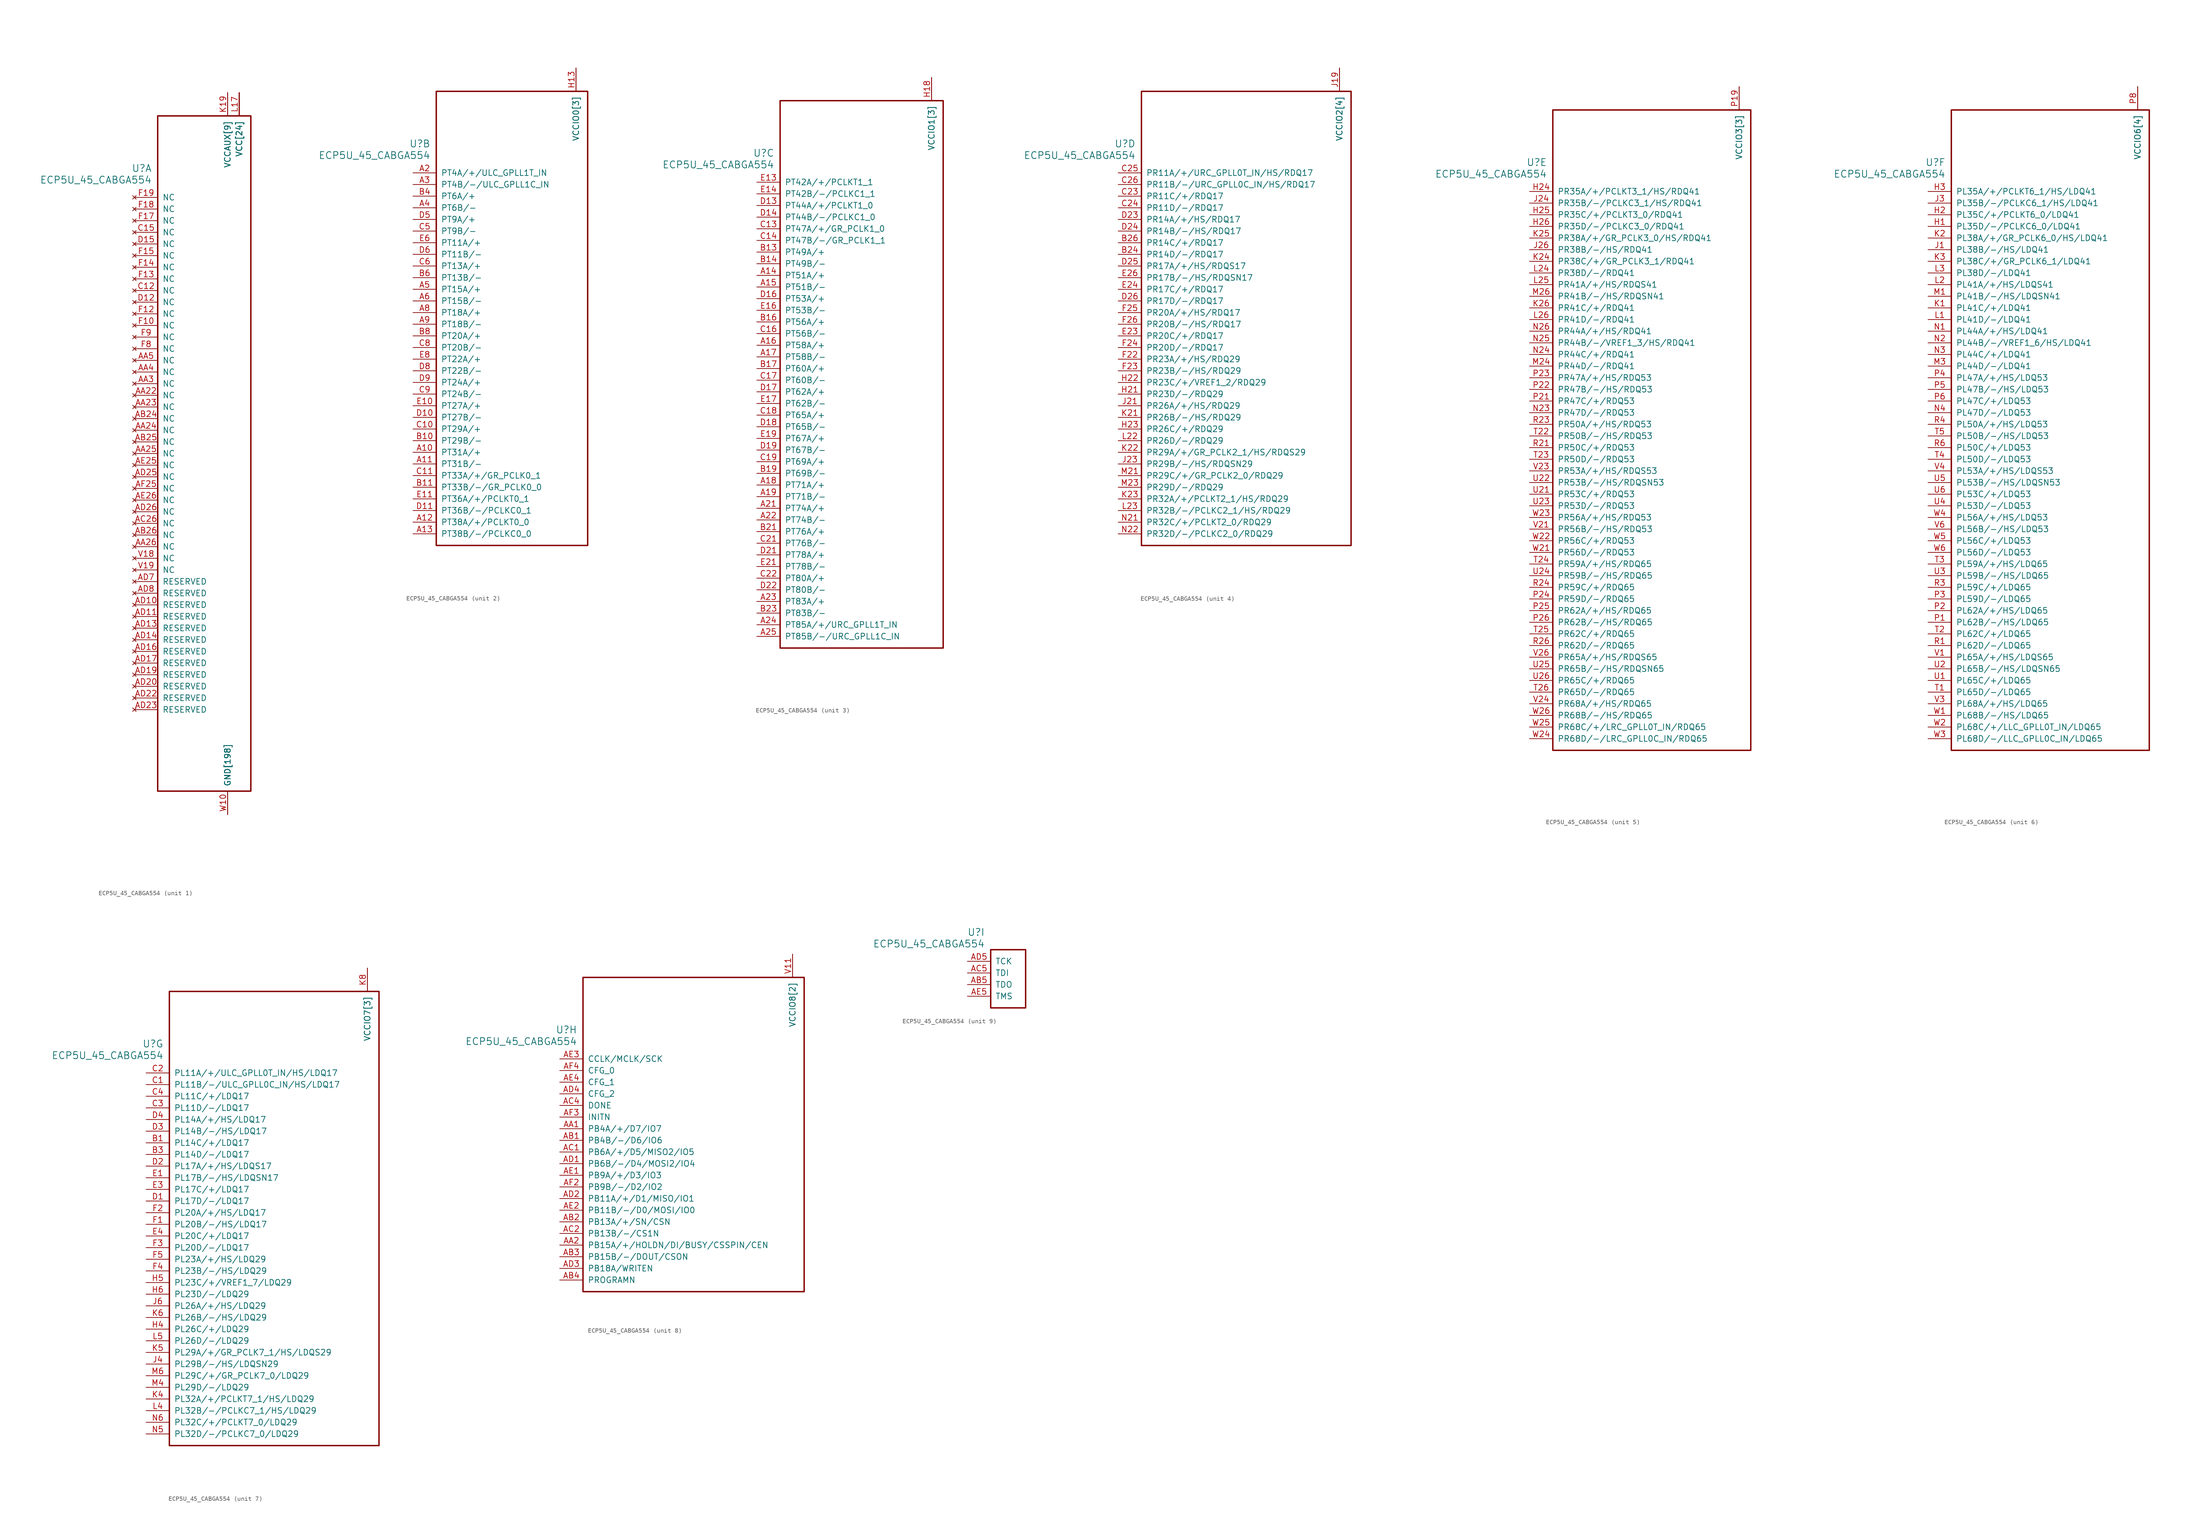
<source format=kicad_sym>
(kicad_symbol_lib
  (version 20241209)
  (generator "kicad_symbol_editor")
  (generator_version "9.0")
  (symbol "ECP5U_45_CABGA554"
    (pin_names
      (offset 1.016))
    (property "Reference" "U"
      (at 3.81 6.35 0)
      (effects (font (size 1.524 1.524)) (justify right)))
    (property "Value" "ECP5U_45_CABGA554"
      (at 3.81 3.81 0)
      (effects (font (size 1.524 1.524)) (justify right)))
    (property "ki_locked" ""
      (at 0 0 0)
      (effects (font (size 1.27 1.27))))
    (symbol "ECP5U_45_CABGA554_1_1"
      (rectangle (start 5.08 17.78) (end 25.4 -129.54) (stroke (width 0.305) (type solid)) (fill (type none)))
      (pin no_connect line (at 0 0 0) (length 5.08) (name "NC" (effects (font (size 1.27 1.27)))) (number "F19" (effects (font (size 1.27 1.27)))))
      (pin no_connect line (at 0 -2.54 0) (length 5.08) (name "NC" (effects (font (size 1.27 1.27)))) (number "F18" (effects (font (size 1.27 1.27)))))
      (pin no_connect line (at 0 -5.08 0) (length 5.08) (name "NC" (effects (font (size 1.27 1.27)))) (number "F17" (effects (font (size 1.27 1.27)))))
      (pin no_connect line (at 0 -7.62 0) (length 5.08) (name "NC" (effects (font (size 1.27 1.27)))) (number "C15" (effects (font (size 1.27 1.27)))))
      (pin no_connect line (at 0 -10.16 0) (length 5.08) (name "NC" (effects (font (size 1.27 1.27)))) (number "D15" (effects (font (size 1.27 1.27)))))
      (pin no_connect line (at 0 -12.7 0) (length 5.08) (name "NC" (effects (font (size 1.27 1.27)))) (number "F15" (effects (font (size 1.27 1.27)))))
      (pin no_connect line (at 0 -15.24 0) (length 5.08) (name "NC" (effects (font (size 1.27 1.27)))) (number "F14" (effects (font (size 1.27 1.27)))))
      (pin no_connect line (at 0 -17.78 0) (length 5.08) (name "NC" (effects (font (size 1.27 1.27)))) (number "F13" (effects (font (size 1.27 1.27)))))
      (pin no_connect line (at 0 -20.32 0) (length 5.08) (name "NC" (effects (font (size 1.27 1.27)))) (number "C12" (effects (font (size 1.27 1.27)))))
      (pin no_connect line (at 0 -22.86 0) (length 5.08) (name "NC" (effects (font (size 1.27 1.27)))) (number "D12" (effects (font (size 1.27 1.27)))))
      (pin no_connect line (at 0 -25.4 0) (length 5.08) (name "NC" (effects (font (size 1.27 1.27)))) (number "F12" (effects (font (size 1.27 1.27)))))
      (pin no_connect line (at 0 -27.94 0) (length 5.08) (name "NC" (effects (font (size 1.27 1.27)))) (number "F10" (effects (font (size 1.27 1.27)))))
      (pin no_connect line (at 0 -30.48 0) (length 5.08) (name "NC" (effects (font (size 1.27 1.27)))) (number "F9" (effects (font (size 1.27 1.27)))))
      (pin no_connect line (at 0 -33.02 0) (length 5.08) (name "NC" (effects (font (size 1.27 1.27)))) (number "F8" (effects (font (size 1.27 1.27)))))
      (pin no_connect line (at 0 -35.56 0) (length 5.08) (name "NC" (effects (font (size 1.27 1.27)))) (number "AA5" (effects (font (size 1.27 1.27)))))
      (pin no_connect line (at 0 -38.1 0) (length 5.08) (name "NC" (effects (font (size 1.27 1.27)))) (number "AA4" (effects (font (size 1.27 1.27)))))
      (pin no_connect line (at 0 -40.64 0) (length 5.08) (name "NC" (effects (font (size 1.27 1.27)))) (number "AA3" (effects (font (size 1.27 1.27)))))
      (pin no_connect line (at 0 -43.18 0) (length 5.08) (name "NC" (effects (font (size 1.27 1.27)))) (number "AA22" (effects (font (size 1.27 1.27)))))
      (pin no_connect line (at 0 -45.72 0) (length 5.08) (name "NC" (effects (font (size 1.27 1.27)))) (number "AA23" (effects (font (size 1.27 1.27)))))
      (pin no_connect line (at 0 -48.26 0) (length 5.08) (name "NC" (effects (font (size 1.27 1.27)))) (number "AB24" (effects (font (size 1.27 1.27)))))
      (pin no_connect line (at 0 -50.8 0) (length 5.08) (name "NC" (effects (font (size 1.27 1.27)))) (number "AA24" (effects (font (size 1.27 1.27)))))
      (pin no_connect line (at 0 -53.34 0) (length 5.08) (name "NC" (effects (font (size 1.27 1.27)))) (number "AB25" (effects (font (size 1.27 1.27)))))
      (pin no_connect line (at 0 -55.88 0) (length 5.08) (name "NC" (effects (font (size 1.27 1.27)))) (number "AA25" (effects (font (size 1.27 1.27)))))
      (pin no_connect line (at 0 -58.42 0) (length 5.08) (name "NC" (effects (font (size 1.27 1.27)))) (number "AE25" (effects (font (size 1.27 1.27)))))
      (pin no_connect line (at 0 -60.96 0) (length 5.08) (name "NC" (effects (font (size 1.27 1.27)))) (number "AD25" (effects (font (size 1.27 1.27)))))
      (pin no_connect line (at 0 -63.5 0) (length 5.08) (name "NC" (effects (font (size 1.27 1.27)))) (number "AF25" (effects (font (size 1.27 1.27)))))
      (pin no_connect line (at 0 -66.04 0) (length 5.08) (name "NC" (effects (font (size 1.27 1.27)))) (number "AE26" (effects (font (size 1.27 1.27)))))
      (pin no_connect line (at 0 -68.58 0) (length 5.08) (name "NC" (effects (font (size 1.27 1.27)))) (number "AD26" (effects (font (size 1.27 1.27)))))
      (pin no_connect line (at 0 -71.12 0) (length 5.08) (name "NC" (effects (font (size 1.27 1.27)))) (number "AC26" (effects (font (size 1.27 1.27)))))
      (pin no_connect line (at 0 -73.66 0) (length 5.08) (name "NC" (effects (font (size 1.27 1.27)))) (number "AB26" (effects (font (size 1.27 1.27)))))
      (pin no_connect line (at 0 -76.2 0) (length 5.08) (name "NC" (effects (font (size 1.27 1.27)))) (number "AA26" (effects (font (size 1.27 1.27)))))
      (pin no_connect line (at 0 -78.74 0) (length 5.08) (name "NC" (effects (font (size 1.27 1.27)))) (number "V18" (effects (font (size 1.27 1.27)))))
      (pin no_connect line (at 0 -81.28 0) (length 5.08) (name "NC" (effects (font (size 1.27 1.27)))) (number "V19" (effects (font (size 1.27 1.27)))))
      (pin no_connect line (at 0 -83.82 0) (length 5.08) (name "RESERVED" (effects (font (size 1.27 1.27)))) (number "AD7" (effects (font (size 1.27 1.27)))))
      (pin no_connect line (at 0 -86.36 0) (length 5.08) (name "RESERVED" (effects (font (size 1.27 1.27)))) (number "AD8" (effects (font (size 1.27 1.27)))))
      (pin no_connect line (at 0 -88.9 0) (length 5.08) (name "RESERVED" (effects (font (size 1.27 1.27)))) (number "AD10" (effects (font (size 1.27 1.27)))))
      (pin no_connect line (at 0 -91.44 0) (length 5.08) (name "RESERVED" (effects (font (size 1.27 1.27)))) (number "AD11" (effects (font (size 1.27 1.27)))))
      (pin no_connect line (at 0 -93.98 0) (length 5.08) (name "RESERVED" (effects (font (size 1.27 1.27)))) (number "AD13" (effects (font (size 1.27 1.27)))))
      (pin no_connect line (at 0 -96.52 0) (length 5.08) (name "RESERVED" (effects (font (size 1.27 1.27)))) (number "AD14" (effects (font (size 1.27 1.27)))))
      (pin no_connect line (at 0 -99.06 0) (length 5.08) (name "RESERVED" (effects (font (size 1.27 1.27)))) (number "AD16" (effects (font (size 1.27 1.27)))))
      (pin no_connect line (at 0 -101.6 0) (length 5.08) (name "RESERVED" (effects (font (size 1.27 1.27)))) (number "AD17" (effects (font (size 1.27 1.27)))))
      (pin no_connect line (at 0 -104.14 0) (length 5.08) (name "RESERVED" (effects (font (size 1.27 1.27)))) (number "AD19" (effects (font (size 1.27 1.27)))))
      (pin no_connect line (at 0 -106.68 0) (length 5.08) (name "RESERVED" (effects (font (size 1.27 1.27)))) (number "AD20" (effects (font (size 1.27 1.27)))))
      (pin no_connect line (at 0 -109.22 0) (length 5.08) (name "RESERVED" (effects (font (size 1.27 1.27)))) (number "AD22" (effects (font (size 1.27 1.27)))))
      (pin no_connect line (at 0 -111.76 0) (length 5.08) (name "RESERVED" (effects (font (size 1.27 1.27)))) (number "AD23" (effects (font (size 1.27 1.27)))))
      (pin power_in line (at 20.32 22.86 270) (length 5.08) (name "VCCAUX[9]" (effects (font (size 1.27 1.27)))) (number "H11" (effects (font (size 0 0)))))
      (pin power_in line (at 20.32 22.86 270) (length 5.08) (name "VCCAUX[9]" (effects (font (size 1.27 1.27)))) (number "H14" (effects (font (size 0 0)))))
      (pin power_in line (at 20.32 22.86 270) (length 5.08) (name "VCCAUX[9]" (effects (font (size 1.27 1.27)))) (number "H17" (effects (font (size 0 0)))))
      (pin power_in line (at 20.32 22.86 270) (length 5.08) (name "VCCAUX[9]" (effects (font (size 1.27 1.27)))) (number "K19" (effects (font (size 1.27 1.27)))))
      (pin power_in line (at 20.32 22.86 270) (length 5.08) (name "VCCAUX[9]" (effects (font (size 1.27 1.27)))) (number "L8" (effects (font (size 0 0)))))
      (pin power_in line (at 20.32 22.86 270) (length 5.08) (name "VCCAUX[9]" (effects (font (size 1.27 1.27)))) (number "T19" (effects (font (size 0 0)))))
      (pin power_in line (at 20.32 22.86 270) (length 5.08) (name "VCCAUX[9]" (effects (font (size 1.27 1.27)))) (number "T8" (effects (font (size 0 0)))))
      (pin power_in line (at 20.32 22.86 270) (length 5.08) (name "VCCAUX[9]" (effects (font (size 1.27 1.27)))) (number "W19" (effects (font (size 0 0)))))
      (pin power_in line (at 20.32 22.86 270) (length 5.08) (name "VCCAUX[9]" (effects (font (size 1.27 1.27)))) (number "W8" (effects (font (size 0 0)))))
      (pin power_in line (at 20.32 -134.62 90) (length 5.08) (name "GND[198]" (effects (font (size 1.27 1.27)))) (number "AA10" (effects (font (size 0 0)))))
      (pin power_in line (at 20.32 -134.62 90) (length 5.08) (name "GND[198]" (effects (font (size 1.27 1.27)))) (number "AA12" (effects (font (size 0 0)))))
      (pin power_in line (at 20.32 -134.62 90) (length 5.08) (name "GND[198]" (effects (font (size 1.27 1.27)))) (number "AA13" (effects (font (size 0 0)))))
      (pin power_in line (at 20.32 -134.62 90) (length 5.08) (name "GND[198]" (effects (font (size 1.27 1.27)))) (number "AA14" (effects (font (size 0 0)))))
      (pin power_in line (at 20.32 -134.62 90) (length 5.08) (name "GND[198]" (effects (font (size 1.27 1.27)))) (number "AA15" (effects (font (size 0 0)))))
      (pin power_in line (at 20.32 -134.62 90) (length 5.08) (name "GND[198]" (effects (font (size 1.27 1.27)))) (number "AA17" (effects (font (size 0 0)))))
      (pin power_in line (at 20.32 -134.62 90) (length 5.08) (name "GND[198]" (effects (font (size 1.27 1.27)))) (number "AA18" (effects (font (size 0 0)))))
      (pin power_in line (at 20.32 -134.62 90) (length 5.08) (name "GND[198]" (effects (font (size 1.27 1.27)))) (number "AA20" (effects (font (size 0 0)))))
      (pin power_in line (at 20.32 -134.62 90) (length 5.08) (name "GND[198]" (effects (font (size 1.27 1.27)))) (number "AA7" (effects (font (size 0 0)))))
      (pin power_in line (at 20.32 -134.62 90) (length 5.08) (name "GND[198]" (effects (font (size 1.27 1.27)))) (number "AA9" (effects (font (size 0 0)))))
      (pin power_in line (at 20.32 -134.62 90) (length 5.08) (name "GND[198]" (effects (font (size 1.27 1.27)))) (number "AB10" (effects (font (size 0 0)))))
      (pin power_in line (at 20.32 -134.62 90) (length 5.08) (name "GND[198]" (effects (font (size 1.27 1.27)))) (number "AB12" (effects (font (size 0 0)))))
      (pin power_in line (at 20.32 -134.62 90) (length 5.08) (name "GND[198]" (effects (font (size 1.27 1.27)))) (number "AB13" (effects (font (size 0 0)))))
      (pin power_in line (at 20.32 -134.62 90) (length 5.08) (name "GND[198]" (effects (font (size 1.27 1.27)))) (number "AB14" (effects (font (size 0 0)))))
      (pin power_in line (at 20.32 -134.62 90) (length 5.08) (name "GND[198]" (effects (font (size 1.27 1.27)))) (number "AB15" (effects (font (size 0 0)))))
      (pin power_in line (at 20.32 -134.62 90) (length 5.08) (name "GND[198]" (effects (font (size 1.27 1.27)))) (number "AB17" (effects (font (size 0 0)))))
      (pin power_in line (at 20.32 -134.62 90) (length 5.08) (name "GND[198]" (effects (font (size 1.27 1.27)))) (number "AB18" (effects (font (size 0 0)))))
      (pin power_in line (at 20.32 -134.62 90) (length 5.08) (name "GND[198]" (effects (font (size 1.27 1.27)))) (number "AB20" (effects (font (size 0 0)))))
      (pin power_in line (at 20.32 -134.62 90) (length 5.08) (name "GND[198]" (effects (font (size 1.27 1.27)))) (number "AB21" (effects (font (size 0 0)))))
      (pin power_in line (at 20.32 -134.62 90) (length 5.08) (name "GND[198]" (effects (font (size 1.27 1.27)))) (number "AB22" (effects (font (size 0 0)))))
      (pin power_in line (at 20.32 -134.62 90) (length 5.08) (name "GND[198]" (effects (font (size 1.27 1.27)))) (number "AB23" (effects (font (size 0 0)))))
      (pin power_in line (at 20.32 -134.62 90) (length 5.08) (name "GND[198]" (effects (font (size 1.27 1.27)))) (number "AB6" (effects (font (size 0 0)))))
      (pin power_in line (at 20.32 -134.62 90) (length 5.08) (name "GND[198]" (effects (font (size 1.27 1.27)))) (number "AB7" (effects (font (size 0 0)))))
      (pin power_in line (at 20.32 -134.62 90) (length 5.08) (name "GND[198]" (effects (font (size 1.27 1.27)))) (number "AB9" (effects (font (size 0 0)))))
      (pin power_in line (at 20.32 -134.62 90) (length 5.08) (name "GND[198]" (effects (font (size 1.27 1.27)))) (number "AC10" (effects (font (size 0 0)))))
      (pin power_in line (at 20.32 -134.62 90) (length 5.08) (name "GND[198]" (effects (font (size 1.27 1.27)))) (number "AC11" (effects (font (size 0 0)))))
      (pin power_in line (at 20.32 -134.62 90) (length 5.08) (name "GND[198]" (effects (font (size 1.27 1.27)))) (number "AC12" (effects (font (size 0 0)))))
      (pin power_in line (at 20.32 -134.62 90) (length 5.08) (name "GND[198]" (effects (font (size 1.27 1.27)))) (number "AC13" (effects (font (size 0 0)))))
      (pin power_in line (at 20.32 -134.62 90) (length 5.08) (name "GND[198]" (effects (font (size 1.27 1.27)))) (number "AC14" (effects (font (size 0 0)))))
      (pin power_in line (at 20.32 -134.62 90) (length 5.08) (name "GND[198]" (effects (font (size 1.27 1.27)))) (number "AC15" (effects (font (size 0 0)))))
      (pin power_in line (at 20.32 -134.62 90) (length 5.08) (name "GND[198]" (effects (font (size 1.27 1.27)))) (number "AC16" (effects (font (size 0 0)))))
      (pin power_in line (at 20.32 -134.62 90) (length 5.08) (name "GND[198]" (effects (font (size 1.27 1.27)))) (number "AC17" (effects (font (size 0 0)))))
      (pin power_in line (at 20.32 -134.62 90) (length 5.08) (name "GND[198]" (effects (font (size 1.27 1.27)))) (number "AC18" (effects (font (size 0 0)))))
      (pin power_in line (at 20.32 -134.62 90) (length 5.08) (name "GND[198]" (effects (font (size 1.27 1.27)))) (number "AC19" (effects (font (size 0 0)))))
      (pin power_in line (at 20.32 -134.62 90) (length 5.08) (name "GND[198]" (effects (font (size 1.27 1.27)))) (number "AC20" (effects (font (size 0 0)))))
      (pin power_in line (at 20.32 -134.62 90) (length 5.08) (name "GND[198]" (effects (font (size 1.27 1.27)))) (number "AC21" (effects (font (size 0 0)))))
      (pin power_in line (at 20.32 -134.62 90) (length 5.08) (name "GND[198]" (effects (font (size 1.27 1.27)))) (number "AC22" (effects (font (size 0 0)))))
      (pin power_in line (at 20.32 -134.62 90) (length 5.08) (name "GND[198]" (effects (font (size 1.27 1.27)))) (number "AC23" (effects (font (size 0 0)))))
      (pin power_in line (at 20.32 -134.62 90) (length 5.08) (name "GND[198]" (effects (font (size 1.27 1.27)))) (number "AC24" (effects (font (size 0 0)))))
      (pin power_in line (at 20.32 -134.62 90) (length 5.08) (name "GND[198]" (effects (font (size 1.27 1.27)))) (number "AC25" (effects (font (size 0 0)))))
      (pin power_in line (at 20.32 -134.62 90) (length 5.08) (name "GND[198]" (effects (font (size 1.27 1.27)))) (number "AC3" (effects (font (size 0 0)))))
      (pin power_in line (at 20.32 -134.62 90) (length 5.08) (name "GND[198]" (effects (font (size 1.27 1.27)))) (number "AC6" (effects (font (size 0 0)))))
      (pin power_in line (at 20.32 -134.62 90) (length 5.08) (name "GND[198]" (effects (font (size 1.27 1.27)))) (number "AC7" (effects (font (size 0 0)))))
      (pin power_in line (at 20.32 -134.62 90) (length 5.08) (name "GND[198]" (effects (font (size 1.27 1.27)))) (number "AC8" (effects (font (size 0 0)))))
      (pin power_in line (at 20.32 -134.62 90) (length 5.08) (name "GND[198]" (effects (font (size 1.27 1.27)))) (number "AC9" (effects (font (size 0 0)))))
      (pin power_in line (at 20.32 -134.62 90) (length 5.08) (name "GND[198]" (effects (font (size 1.27 1.27)))) (number "AD12" (effects (font (size 0 0)))))
      (pin power_in line (at 20.32 -134.62 90) (length 5.08) (name "GND[198]" (effects (font (size 1.27 1.27)))) (number "AD15" (effects (font (size 0 0)))))
      (pin power_in line (at 20.32 -134.62 90) (length 5.08) (name "GND[198]" (effects (font (size 1.27 1.27)))) (number "AD18" (effects (font (size 0 0)))))
      (pin power_in line (at 20.32 -134.62 90) (length 5.08) (name "GND[198]" (effects (font (size 1.27 1.27)))) (number "AD21" (effects (font (size 0 0)))))
      (pin power_in line (at 20.32 -134.62 90) (length 5.08) (name "GND[198]" (effects (font (size 1.27 1.27)))) (number "AD24" (effects (font (size 0 0)))))
      (pin power_in line (at 20.32 -134.62 90) (length 5.08) (name "GND[198]" (effects (font (size 1.27 1.27)))) (number "AD6" (effects (font (size 0 0)))))
      (pin power_in line (at 20.32 -134.62 90) (length 5.08) (name "GND[198]" (effects (font (size 1.27 1.27)))) (number "AD9" (effects (font (size 0 0)))))
      (pin power_in line (at 20.32 -134.62 90) (length 5.08) (name "GND[198]" (effects (font (size 1.27 1.27)))) (number "AE10" (effects (font (size 0 0)))))
      (pin power_in line (at 20.32 -134.62 90) (length 5.08) (name "GND[198]" (effects (font (size 1.27 1.27)))) (number "AE12" (effects (font (size 0 0)))))
      (pin power_in line (at 20.32 -134.62 90) (length 5.08) (name "GND[198]" (effects (font (size 1.27 1.27)))) (number "AE13" (effects (font (size 0 0)))))
      (pin power_in line (at 20.32 -134.62 90) (length 5.08) (name "GND[198]" (effects (font (size 1.27 1.27)))) (number "AE15" (effects (font (size 0 0)))))
      (pin power_in line (at 20.32 -134.62 90) (length 5.08) (name "GND[198]" (effects (font (size 1.27 1.27)))) (number "AE16" (effects (font (size 0 0)))))
      (pin power_in line (at 20.32 -134.62 90) (length 5.08) (name "GND[198]" (effects (font (size 1.27 1.27)))) (number "AE18" (effects (font (size 0 0)))))
      (pin power_in line (at 20.32 -134.62 90) (length 5.08) (name "GND[198]" (effects (font (size 1.27 1.27)))) (number "AE19" (effects (font (size 0 0)))))
      (pin power_in line (at 20.32 -134.62 90) (length 5.08) (name "GND[198]" (effects (font (size 1.27 1.27)))) (number "AE21" (effects (font (size 0 0)))))
      (pin power_in line (at 20.32 -134.62 90) (length 5.08) (name "GND[198]" (effects (font (size 1.27 1.27)))) (number "AE22" (effects (font (size 0 0)))))
      (pin power_in line (at 20.32 -134.62 90) (length 5.08) (name "GND[198]" (effects (font (size 1.27 1.27)))) (number "AE24" (effects (font (size 0 0)))))
      (pin power_in line (at 20.32 -134.62 90) (length 5.08) (name "GND[198]" (effects (font (size 1.27 1.27)))) (number "AE6" (effects (font (size 0 0)))))
      (pin power_in line (at 20.32 -134.62 90) (length 5.08) (name "GND[198]" (effects (font (size 1.27 1.27)))) (number "AE7" (effects (font (size 0 0)))))
      (pin power_in line (at 20.32 -134.62 90) (length 5.08) (name "GND[198]" (effects (font (size 1.27 1.27)))) (number "AE9" (effects (font (size 0 0)))))
      (pin power_in line (at 20.32 -134.62 90) (length 5.08) (name "GND[198]" (effects (font (size 1.27 1.27)))) (number "AF10" (effects (font (size 0 0)))))
      (pin power_in line (at 20.32 -134.62 90) (length 5.08) (name "GND[198]" (effects (font (size 1.27 1.27)))) (number "AF12" (effects (font (size 0 0)))))
      (pin power_in line (at 20.32 -134.62 90) (length 5.08) (name "GND[198]" (effects (font (size 1.27 1.27)))) (number "AF13" (effects (font (size 0 0)))))
      (pin power_in line (at 20.32 -134.62 90) (length 5.08) (name "GND[198]" (effects (font (size 1.27 1.27)))) (number "AF15" (effects (font (size 0 0)))))
      (pin power_in line (at 20.32 -134.62 90) (length 5.08) (name "GND[198]" (effects (font (size 1.27 1.27)))) (number "AF16" (effects (font (size 0 0)))))
      (pin power_in line (at 20.32 -134.62 90) (length 5.08) (name "GND[198]" (effects (font (size 1.27 1.27)))) (number "AF18" (effects (font (size 0 0)))))
      (pin power_in line (at 20.32 -134.62 90) (length 5.08) (name "GND[198]" (effects (font (size 1.27 1.27)))) (number "AF19" (effects (font (size 0 0)))))
      (pin power_in line (at 20.32 -134.62 90) (length 5.08) (name "GND[198]" (effects (font (size 1.27 1.27)))) (number "AF21" (effects (font (size 0 0)))))
      (pin power_in line (at 20.32 -134.62 90) (length 5.08) (name "GND[198]" (effects (font (size 1.27 1.27)))) (number "AF22" (effects (font (size 0 0)))))
      (pin power_in line (at 20.32 -134.62 90) (length 5.08) (name "GND[198]" (effects (font (size 1.27 1.27)))) (number "AF24" (effects (font (size 0 0)))))
      (pin power_in line (at 20.32 -134.62 90) (length 5.08) (name "GND[198]" (effects (font (size 1.27 1.27)))) (number "AF5" (effects (font (size 0 0)))))
      (pin power_in line (at 20.32 -134.62 90) (length 5.08) (name "GND[198]" (effects (font (size 1.27 1.27)))) (number "AF6" (effects (font (size 0 0)))))
      (pin power_in line (at 20.32 -134.62 90) (length 5.08) (name "GND[198]" (effects (font (size 1.27 1.27)))) (number "AF7" (effects (font (size 0 0)))))
      (pin power_in line (at 20.32 -134.62 90) (length 5.08) (name "GND[198]" (effects (font (size 1.27 1.27)))) (number "AF9" (effects (font (size 0 0)))))
      (pin power_in line (at 20.32 -134.62 90) (length 5.08) (name "GND[198]" (effects (font (size 1.27 1.27)))) (number "B12" (effects (font (size 0 0)))))
      (pin power_in line (at 20.32 -134.62 90) (length 5.08) (name "GND[198]" (effects (font (size 1.27 1.27)))) (number "B15" (effects (font (size 0 0)))))
      (pin power_in line (at 20.32 -134.62 90) (length 5.08) (name "GND[198]" (effects (font (size 1.27 1.27)))) (number "B18" (effects (font (size 0 0)))))
      (pin power_in line (at 20.32 -134.62 90) (length 5.08) (name "GND[198]" (effects (font (size 1.27 1.27)))) (number "B2" (effects (font (size 0 0)))))
      (pin power_in line (at 20.32 -134.62 90) (length 5.08) (name "GND[198]" (effects (font (size 1.27 1.27)))) (number "B22" (effects (font (size 0 0)))))
      (pin power_in line (at 20.32 -134.62 90) (length 5.08) (name "GND[198]" (effects (font (size 1.27 1.27)))) (number "B25" (effects (font (size 0 0)))))
      (pin power_in line (at 20.32 -134.62 90) (length 5.08) (name "GND[198]" (effects (font (size 1.27 1.27)))) (number "B5" (effects (font (size 0 0)))))
      (pin power_in line (at 20.32 -134.62 90) (length 5.08) (name "GND[198]" (effects (font (size 1.27 1.27)))) (number "B9" (effects (font (size 0 0)))))
      (pin power_in line (at 20.32 -134.62 90) (length 5.08) (name "GND[198]" (effects (font (size 1.27 1.27)))) (number "E12" (effects (font (size 0 0)))))
      (pin power_in line (at 20.32 -134.62 90) (length 5.08) (name "GND[198]" (effects (font (size 1.27 1.27)))) (number "E15" (effects (font (size 0 0)))))
      (pin power_in line (at 20.32 -134.62 90) (length 5.08) (name "GND[198]" (effects (font (size 1.27 1.27)))) (number "E18" (effects (font (size 0 0)))))
      (pin power_in line (at 20.32 -134.62 90) (length 5.08) (name "GND[198]" (effects (font (size 1.27 1.27)))) (number "E2" (effects (font (size 0 0)))))
      (pin power_in line (at 20.32 -134.62 90) (length 5.08) (name "GND[198]" (effects (font (size 1.27 1.27)))) (number "E22" (effects (font (size 0 0)))))
      (pin power_in line (at 20.32 -134.62 90) (length 5.08) (name "GND[198]" (effects (font (size 1.27 1.27)))) (number "E25" (effects (font (size 0 0)))))
      (pin power_in line (at 20.32 -134.62 90) (length 5.08) (name "GND[198]" (effects (font (size 1.27 1.27)))) (number "E5" (effects (font (size 0 0)))))
      (pin power_in line (at 20.32 -134.62 90) (length 5.08) (name "GND[198]" (effects (font (size 1.27 1.27)))) (number "E9" (effects (font (size 0 0)))))
      (pin power_in line (at 20.32 -134.62 90) (length 5.08) (name "GND[198]" (effects (font (size 1.27 1.27)))) (number "H19" (effects (font (size 0 0)))))
      (pin power_in line (at 20.32 -134.62 90) (length 5.08) (name "GND[198]" (effects (font (size 1.27 1.27)))) (number "H8" (effects (font (size 0 0)))))
      (pin power_in line (at 20.32 -134.62 90) (length 5.08) (name "GND[198]" (effects (font (size 1.27 1.27)))) (number "H9" (effects (font (size 0 0)))))
      (pin power_in line (at 20.32 -134.62 90) (length 5.08) (name "GND[198]" (effects (font (size 1.27 1.27)))) (number "J10" (effects (font (size 0 0)))))
      (pin power_in line (at 20.32 -134.62 90) (length 5.08) (name "GND[198]" (effects (font (size 1.27 1.27)))) (number "J11" (effects (font (size 0 0)))))
      (pin power_in line (at 20.32 -134.62 90) (length 5.08) (name "GND[198]" (effects (font (size 1.27 1.27)))) (number "J12" (effects (font (size 0 0)))))
      (pin power_in line (at 20.32 -134.62 90) (length 5.08) (name "GND[198]" (effects (font (size 1.27 1.27)))) (number "J13" (effects (font (size 0 0)))))
      (pin power_in line (at 20.32 -134.62 90) (length 5.08) (name "GND[198]" (effects (font (size 1.27 1.27)))) (number "J14" (effects (font (size 0 0)))))
      (pin power_in line (at 20.32 -134.62 90) (length 5.08) (name "GND[198]" (effects (font (size 1.27 1.27)))) (number "J15" (effects (font (size 0 0)))))
      (pin power_in line (at 20.32 -134.62 90) (length 5.08) (name "GND[198]" (effects (font (size 1.27 1.27)))) (number "J16" (effects (font (size 0 0)))))
      (pin power_in line (at 20.32 -134.62 90) (length 5.08) (name "GND[198]" (effects (font (size 1.27 1.27)))) (number "J17" (effects (font (size 0 0)))))
      (pin power_in line (at 20.32 -134.62 90) (length 5.08) (name "GND[198]" (effects (font (size 1.27 1.27)))) (number "J18" (effects (font (size 0 0)))))
      (pin power_in line (at 20.32 -134.62 90) (length 5.08) (name "GND[198]" (effects (font (size 1.27 1.27)))) (number "J2" (effects (font (size 0 0)))))
      (pin power_in line (at 20.32 -134.62 90) (length 5.08) (name "GND[198]" (effects (font (size 1.27 1.27)))) (number "J22" (effects (font (size 0 0)))))
      (pin power_in line (at 20.32 -134.62 90) (length 5.08) (name "GND[198]" (effects (font (size 1.27 1.27)))) (number "J25" (effects (font (size 0 0)))))
      (pin power_in line (at 20.32 -134.62 90) (length 5.08) (name "GND[198]" (effects (font (size 1.27 1.27)))) (number "J5" (effects (font (size 0 0)))))
      (pin power_in line (at 20.32 -134.62 90) (length 5.08) (name "GND[198]" (effects (font (size 1.27 1.27)))) (number "J8" (effects (font (size 0 0)))))
      (pin power_in line (at 20.32 -134.62 90) (length 5.08) (name "GND[198]" (effects (font (size 1.27 1.27)))) (number "J9" (effects (font (size 0 0)))))
      (pin power_in line (at 20.32 -134.62 90) (length 5.08) (name "GND[198]" (effects (font (size 1.27 1.27)))) (number "K10" (effects (font (size 0 0)))))
      (pin power_in line (at 20.32 -134.62 90) (length 5.08) (name "GND[198]" (effects (font (size 1.27 1.27)))) (number "K17" (effects (font (size 0 0)))))
      (pin power_in line (at 20.32 -134.62 90) (length 5.08) (name "GND[198]" (effects (font (size 1.27 1.27)))) (number "K18" (effects (font (size 0 0)))))
      (pin power_in line (at 20.32 -134.62 90) (length 5.08) (name "GND[198]" (effects (font (size 1.27 1.27)))) (number "K9" (effects (font (size 0 0)))))
      (pin power_in line (at 20.32 -134.62 90) (length 5.08) (name "GND[198]" (effects (font (size 1.27 1.27)))) (number "L11" (effects (font (size 0 0)))))
      (pin power_in line (at 20.32 -134.62 90) (length 5.08) (name "GND[198]" (effects (font (size 1.27 1.27)))) (number "L12" (effects (font (size 0 0)))))
      (pin power_in line (at 20.32 -134.62 90) (length 5.08) (name "GND[198]" (effects (font (size 1.27 1.27)))) (number "L13" (effects (font (size 0 0)))))
      (pin power_in line (at 20.32 -134.62 90) (length 5.08) (name "GND[198]" (effects (font (size 1.27 1.27)))) (number "L14" (effects (font (size 0 0)))))
      (pin power_in line (at 20.32 -134.62 90) (length 5.08) (name "GND[198]" (effects (font (size 1.27 1.27)))) (number "L15" (effects (font (size 0 0)))))
      (pin power_in line (at 20.32 -134.62 90) (length 5.08) (name "GND[198]" (effects (font (size 1.27 1.27)))) (number "L16" (effects (font (size 0 0)))))
      (pin power_in line (at 20.32 -134.62 90) (length 5.08) (name "GND[198]" (effects (font (size 1.27 1.27)))) (number "L18" (effects (font (size 0 0)))))
      (pin power_in line (at 20.32 -134.62 90) (length 5.08) (name "GND[198]" (effects (font (size 1.27 1.27)))) (number "L9" (effects (font (size 0 0)))))
      (pin power_in line (at 20.32 -134.62 90) (length 5.08) (name "GND[198]" (effects (font (size 1.27 1.27)))) (number "M11" (effects (font (size 0 0)))))
      (pin power_in line (at 20.32 -134.62 90) (length 5.08) (name "GND[198]" (effects (font (size 1.27 1.27)))) (number "M12" (effects (font (size 0 0)))))
      (pin power_in line (at 20.32 -134.62 90) (length 5.08) (name "GND[198]" (effects (font (size 1.27 1.27)))) (number "M13" (effects (font (size 0 0)))))
      (pin power_in line (at 20.32 -134.62 90) (length 5.08) (name "GND[198]" (effects (font (size 1.27 1.27)))) (number "M14" (effects (font (size 0 0)))))
      (pin power_in line (at 20.32 -134.62 90) (length 5.08) (name "GND[198]" (effects (font (size 1.27 1.27)))) (number "M15" (effects (font (size 0 0)))))
      (pin power_in line (at 20.32 -134.62 90) (length 5.08) (name "GND[198]" (effects (font (size 1.27 1.27)))) (number "M16" (effects (font (size 0 0)))))
      (pin power_in line (at 20.32 -134.62 90) (length 5.08) (name "GND[198]" (effects (font (size 1.27 1.27)))) (number "M18" (effects (font (size 0 0)))))
      (pin power_in line (at 20.32 -134.62 90) (length 5.08) (name "GND[198]" (effects (font (size 1.27 1.27)))) (number "M2" (effects (font (size 0 0)))))
      (pin power_in line (at 20.32 -134.62 90) (length 5.08) (name "GND[198]" (effects (font (size 1.27 1.27)))) (number "M22" (effects (font (size 0 0)))))
      (pin power_in line (at 20.32 -134.62 90) (length 5.08) (name "GND[198]" (effects (font (size 1.27 1.27)))) (number "M25" (effects (font (size 0 0)))))
      (pin power_in line (at 20.32 -134.62 90) (length 5.08) (name "GND[198]" (effects (font (size 1.27 1.27)))) (number "M5" (effects (font (size 0 0)))))
      (pin power_in line (at 20.32 -134.62 90) (length 5.08) (name "GND[198]" (effects (font (size 1.27 1.27)))) (number "M9" (effects (font (size 0 0)))))
      (pin power_in line (at 20.32 -134.62 90) (length 5.08) (name "GND[198]" (effects (font (size 1.27 1.27)))) (number "N11" (effects (font (size 0 0)))))
      (pin power_in line (at 20.32 -134.62 90) (length 5.08) (name "GND[198]" (effects (font (size 1.27 1.27)))) (number "N12" (effects (font (size 0 0)))))
      (pin power_in line (at 20.32 -134.62 90) (length 5.08) (name "GND[198]" (effects (font (size 1.27 1.27)))) (number "N13" (effects (font (size 0 0)))))
      (pin power_in line (at 20.32 -134.62 90) (length 5.08) (name "GND[198]" (effects (font (size 1.27 1.27)))) (number "N14" (effects (font (size 0 0)))))
      (pin power_in line (at 20.32 -134.62 90) (length 5.08) (name "GND[198]" (effects (font (size 1.27 1.27)))) (number "N15" (effects (font (size 0 0)))))
      (pin power_in line (at 20.32 -134.62 90) (length 5.08) (name "GND[198]" (effects (font (size 1.27 1.27)))) (number "N16" (effects (font (size 0 0)))))
      (pin power_in line (at 20.32 -134.62 90) (length 5.08) (name "GND[198]" (effects (font (size 1.27 1.27)))) (number "N18" (effects (font (size 0 0)))))
      (pin power_in line (at 20.32 -134.62 90) (length 5.08) (name "GND[198]" (effects (font (size 1.27 1.27)))) (number "N9" (effects (font (size 0 0)))))
      (pin power_in line (at 20.32 -134.62 90) (length 5.08) (name "GND[198]" (effects (font (size 1.27 1.27)))) (number "P11" (effects (font (size 0 0)))))
      (pin power_in line (at 20.32 -134.62 90) (length 5.08) (name "GND[198]" (effects (font (size 1.27 1.27)))) (number "P12" (effects (font (size 0 0)))))
      (pin power_in line (at 20.32 -134.62 90) (length 5.08) (name "GND[198]" (effects (font (size 1.27 1.27)))) (number "P13" (effects (font (size 0 0)))))
      (pin power_in line (at 20.32 -134.62 90) (length 5.08) (name "GND[198]" (effects (font (size 1.27 1.27)))) (number "P14" (effects (font (size 0 0)))))
      (pin power_in line (at 20.32 -134.62 90) (length 5.08) (name "GND[198]" (effects (font (size 1.27 1.27)))) (number "P15" (effects (font (size 0 0)))))
      (pin power_in line (at 20.32 -134.62 90) (length 5.08) (name "GND[198]" (effects (font (size 1.27 1.27)))) (number "P16" (effects (font (size 0 0)))))
      (pin power_in line (at 20.32 -134.62 90) (length 5.08) (name "GND[198]" (effects (font (size 1.27 1.27)))) (number "P18" (effects (font (size 0 0)))))
      (pin power_in line (at 20.32 -134.62 90) (length 5.08) (name "GND[198]" (effects (font (size 1.27 1.27)))) (number "P9" (effects (font (size 0 0)))))
      (pin power_in line (at 20.32 -134.62 90) (length 5.08) (name "GND[198]" (effects (font (size 1.27 1.27)))) (number "R11" (effects (font (size 0 0)))))
      (pin power_in line (at 20.32 -134.62 90) (length 5.08) (name "GND[198]" (effects (font (size 1.27 1.27)))) (number "R12" (effects (font (size 0 0)))))
      (pin power_in line (at 20.32 -134.62 90) (length 5.08) (name "GND[198]" (effects (font (size 1.27 1.27)))) (number "R13" (effects (font (size 0 0)))))
      (pin power_in line (at 20.32 -134.62 90) (length 5.08) (name "GND[198]" (effects (font (size 1.27 1.27)))) (number "R14" (effects (font (size 0 0)))))
      (pin power_in line (at 20.32 -134.62 90) (length 5.08) (name "GND[198]" (effects (font (size 1.27 1.27)))) (number "R15" (effects (font (size 0 0)))))
      (pin power_in line (at 20.32 -134.62 90) (length 5.08) (name "GND[198]" (effects (font (size 1.27 1.27)))) (number "R16" (effects (font (size 0 0)))))
      (pin power_in line (at 20.32 -134.62 90) (length 5.08) (name "GND[198]" (effects (font (size 1.27 1.27)))) (number "R18" (effects (font (size 0 0)))))
      (pin power_in line (at 20.32 -134.62 90) (length 5.08) (name "GND[198]" (effects (font (size 1.27 1.27)))) (number "R2" (effects (font (size 0 0)))))
      (pin power_in line (at 20.32 -134.62 90) (length 5.08) (name "GND[198]" (effects (font (size 1.27 1.27)))) (number "R22" (effects (font (size 0 0)))))
      (pin power_in line (at 20.32 -134.62 90) (length 5.08) (name "GND[198]" (effects (font (size 1.27 1.27)))) (number "R25" (effects (font (size 0 0)))))
      (pin power_in line (at 20.32 -134.62 90) (length 5.08) (name "GND[198]" (effects (font (size 1.27 1.27)))) (number "R5" (effects (font (size 0 0)))))
      (pin power_in line (at 20.32 -134.62 90) (length 5.08) (name "GND[198]" (effects (font (size 1.27 1.27)))) (number "R9" (effects (font (size 0 0)))))
      (pin power_in line (at 20.32 -134.62 90) (length 5.08) (name "GND[198]" (effects (font (size 1.27 1.27)))) (number "T18" (effects (font (size 0 0)))))
      (pin power_in line (at 20.32 -134.62 90) (length 5.08) (name "GND[198]" (effects (font (size 1.27 1.27)))) (number "T9" (effects (font (size 0 0)))))
      (pin power_in line (at 20.32 -134.62 90) (length 5.08) (name "GND[198]" (effects (font (size 1.27 1.27)))) (number "U10" (effects (font (size 0 0)))))
      (pin power_in line (at 20.32 -134.62 90) (length 5.08) (name "GND[198]" (effects (font (size 1.27 1.27)))) (number "U11" (effects (font (size 0 0)))))
      (pin power_in line (at 20.32 -134.62 90) (length 5.08) (name "GND[198]" (effects (font (size 1.27 1.27)))) (number "U12" (effects (font (size 0 0)))))
      (pin power_in line (at 20.32 -134.62 90) (length 5.08) (name "GND[198]" (effects (font (size 1.27 1.27)))) (number "U13" (effects (font (size 0 0)))))
      (pin power_in line (at 20.32 -134.62 90) (length 5.08) (name "GND[198]" (effects (font (size 1.27 1.27)))) (number "U14" (effects (font (size 0 0)))))
      (pin power_in line (at 20.32 -134.62 90) (length 5.08) (name "GND[198]" (effects (font (size 1.27 1.27)))) (number "U15" (effects (font (size 0 0)))))
      (pin power_in line (at 20.32 -134.62 90) (length 5.08) (name "GND[198]" (effects (font (size 1.27 1.27)))) (number "U16" (effects (font (size 0 0)))))
      (pin power_in line (at 20.32 -134.62 90) (length 5.08) (name "GND[198]" (effects (font (size 1.27 1.27)))) (number "U17" (effects (font (size 0 0)))))
      (pin power_in line (at 20.32 -134.62 90) (length 5.08) (name "GND[198]" (effects (font (size 1.27 1.27)))) (number "U18" (effects (font (size 0 0)))))
      (pin power_in line (at 20.32 -134.62 90) (length 5.08) (name "GND[198]" (effects (font (size 1.27 1.27)))) (number "U9" (effects (font (size 0 0)))))
      (pin power_in line (at 20.32 -134.62 90) (length 5.08) (name "GND[198]" (effects (font (size 1.27 1.27)))) (number "V12" (effects (font (size 0 0)))))
      (pin power_in line (at 20.32 -134.62 90) (length 5.08) (name "GND[198]" (effects (font (size 1.27 1.27)))) (number "V13" (effects (font (size 0 0)))))
      (pin power_in line (at 20.32 -134.62 90) (length 5.08) (name "GND[198]" (effects (font (size 1.27 1.27)))) (number "V14" (effects (font (size 0 0)))))
      (pin power_in line (at 20.32 -134.62 90) (length 5.08) (name "GND[198]" (effects (font (size 1.27 1.27)))) (number "V15" (effects (font (size 0 0)))))
      (pin power_in line (at 20.32 -134.62 90) (length 5.08) (name "GND[198]" (effects (font (size 1.27 1.27)))) (number "V16" (effects (font (size 0 0)))))
      (pin power_in line (at 20.32 -134.62 90) (length 5.08) (name "GND[198]" (effects (font (size 1.27 1.27)))) (number "V17" (effects (font (size 0 0)))))
      (pin power_in line (at 20.32 -134.62 90) (length 5.08) (name "GND[198]" (effects (font (size 1.27 1.27)))) (number "V2" (effects (font (size 0 0)))))
      (pin power_in line (at 20.32 -134.62 90) (length 5.08) (name "GND[198]" (effects (font (size 1.27 1.27)))) (number "V22" (effects (font (size 0 0)))))
      (pin power_in line (at 20.32 -134.62 90) (length 5.08) (name "GND[198]" (effects (font (size 1.27 1.27)))) (number "V25" (effects (font (size 0 0)))))
      (pin power_in line (at 20.32 -134.62 90) (length 5.08) (name "GND[198]" (effects (font (size 1.27 1.27)))) (number "V5" (effects (font (size 0 0)))))
      (pin power_in line (at 20.32 -134.62 90) (length 5.08) (name "GND[198]" (effects (font (size 1.27 1.27)))) (number "V9" (effects (font (size 0 0)))))
      (pin power_in line (at 20.32 -134.62 90) (length 5.08) (name "GND[198]" (effects (font (size 1.27 1.27)))) (number "W10" (effects (font (size 1.27 1.27)))))
      (pin power_in line (at 20.32 -134.62 90) (length 5.08) (name "GND[198]" (effects (font (size 1.27 1.27)))) (number "W11" (effects (font (size 0 0)))))
      (pin power_in line (at 20.32 -134.62 90) (length 5.08) (name "GND[198]" (effects (font (size 1.27 1.27)))) (number "W12" (effects (font (size 0 0)))))
      (pin power_in line (at 20.32 -134.62 90) (length 5.08) (name "GND[198]" (effects (font (size 1.27 1.27)))) (number "W13" (effects (font (size 0 0)))))
      (pin power_in line (at 20.32 -134.62 90) (length 5.08) (name "GND[198]" (effects (font (size 1.27 1.27)))) (number "W14" (effects (font (size 0 0)))))
      (pin power_in line (at 20.32 -134.62 90) (length 5.08) (name "GND[198]" (effects (font (size 1.27 1.27)))) (number "W15" (effects (font (size 0 0)))))
      (pin power_in line (at 20.32 -134.62 90) (length 5.08) (name "GND[198]" (effects (font (size 1.27 1.27)))) (number "W16" (effects (font (size 0 0)))))
      (pin power_in line (at 20.32 -134.62 90) (length 5.08) (name "GND[198]" (effects (font (size 1.27 1.27)))) (number "W17" (effects (font (size 0 0)))))
      (pin power_in line (at 20.32 -134.62 90) (length 5.08) (name "GND[198]" (effects (font (size 1.27 1.27)))) (number "W18" (effects (font (size 0 0)))))
      (pin power_in line (at 20.32 -134.62 90) (length 5.08) (name "GND[198]" (effects (font (size 1.27 1.27)))) (number "W9" (effects (font (size 0 0)))))
      (pin power_in line (at 22.86 22.86 270) (length 5.08) (name "VCC[24]" (effects (font (size 1.27 1.27)))) (number "K11" (effects (font (size 0 0)))))
      (pin power_in line (at 22.86 22.86 270) (length 5.08) (name "VCC[24]" (effects (font (size 1.27 1.27)))) (number "K12" (effects (font (size 0 0)))))
      (pin power_in line (at 22.86 22.86 270) (length 5.08) (name "VCC[24]" (effects (font (size 1.27 1.27)))) (number "K13" (effects (font (size 0 0)))))
      (pin power_in line (at 22.86 22.86 270) (length 5.08) (name "VCC[24]" (effects (font (size 1.27 1.27)))) (number "K14" (effects (font (size 0 0)))))
      (pin power_in line (at 22.86 22.86 270) (length 5.08) (name "VCC[24]" (effects (font (size 1.27 1.27)))) (number "K15" (effects (font (size 0 0)))))
      (pin power_in line (at 22.86 22.86 270) (length 5.08) (name "VCC[24]" (effects (font (size 1.27 1.27)))) (number "K16" (effects (font (size 0 0)))))
      (pin power_in line (at 22.86 22.86 270) (length 5.08) (name "VCC[24]" (effects (font (size 1.27 1.27)))) (number "L10" (effects (font (size 0 0)))))
      (pin power_in line (at 22.86 22.86 270) (length 5.08) (name "VCC[24]" (effects (font (size 1.27 1.27)))) (number "L17" (effects (font (size 1.27 1.27)))))
      (pin power_in line (at 22.86 22.86 270) (length 5.08) (name "VCC[24]" (effects (font (size 1.27 1.27)))) (number "M10" (effects (font (size 0 0)))))
      (pin power_in line (at 22.86 22.86 270) (length 5.08) (name "VCC[24]" (effects (font (size 1.27 1.27)))) (number "M17" (effects (font (size 0 0)))))
      (pin power_in line (at 22.86 22.86 270) (length 5.08) (name "VCC[24]" (effects (font (size 1.27 1.27)))) (number "N10" (effects (font (size 0 0)))))
      (pin power_in line (at 22.86 22.86 270) (length 5.08) (name "VCC[24]" (effects (font (size 1.27 1.27)))) (number "N17" (effects (font (size 0 0)))))
      (pin power_in line (at 22.86 22.86 270) (length 5.08) (name "VCC[24]" (effects (font (size 1.27 1.27)))) (number "P10" (effects (font (size 0 0)))))
      (pin power_in line (at 22.86 22.86 270) (length 5.08) (name "VCC[24]" (effects (font (size 1.27 1.27)))) (number "P17" (effects (font (size 0 0)))))
      (pin power_in line (at 22.86 22.86 270) (length 5.08) (name "VCC[24]" (effects (font (size 1.27 1.27)))) (number "R10" (effects (font (size 0 0)))))
      (pin power_in line (at 22.86 22.86 270) (length 5.08) (name "VCC[24]" (effects (font (size 1.27 1.27)))) (number "R17" (effects (font (size 0 0)))))
      (pin power_in line (at 22.86 22.86 270) (length 5.08) (name "VCC[24]" (effects (font (size 1.27 1.27)))) (number "T10" (effects (font (size 0 0)))))
      (pin power_in line (at 22.86 22.86 270) (length 5.08) (name "VCC[24]" (effects (font (size 1.27 1.27)))) (number "T11" (effects (font (size 0 0)))))
      (pin power_in line (at 22.86 22.86 270) (length 5.08) (name "VCC[24]" (effects (font (size 1.27 1.27)))) (number "T12" (effects (font (size 0 0)))))
      (pin power_in line (at 22.86 22.86 270) (length 5.08) (name "VCC[24]" (effects (font (size 1.27 1.27)))) (number "T13" (effects (font (size 0 0)))))
      (pin power_in line (at 22.86 22.86 270) (length 5.08) (name "VCC[24]" (effects (font (size 1.27 1.27)))) (number "T14" (effects (font (size 0 0)))))
      (pin power_in line (at 22.86 22.86 270) (length 5.08) (name "VCC[24]" (effects (font (size 1.27 1.27)))) (number "T15" (effects (font (size 0 0)))))
      (pin power_in line (at 22.86 22.86 270) (length 5.08) (name "VCC[24]" (effects (font (size 1.27 1.27)))) (number "T16" (effects (font (size 0 0)))))
      (pin power_in line (at 22.86 22.86 270) (length 5.08) (name "VCC[24]" (effects (font (size 1.27 1.27)))) (number "T17" (effects (font (size 0 0))))))
    (symbol "ECP5U_45_CABGA554_2_1"
      (rectangle (start 5.08 17.78) (end 38.1 -81.28) (stroke (width 0.305) (type solid)) (fill (type none)))
      (pin bidirectional line (at 0 0 0) (length 5.08) (name "PT4A/+/ULC_GPLL1T_IN" (effects (font (size 1.27 1.27)))) (number "A2" (effects (font (size 1.27 1.27)))))
      (pin bidirectional line (at 0 -2.54 0) (length 5.08) (name "PT4B/-/ULC_GPLL1C_IN" (effects (font (size 1.27 1.27)))) (number "A3" (effects (font (size 1.27 1.27)))))
      (pin bidirectional line (at 0 -5.08 0) (length 5.08) (name "PT6A/+" (effects (font (size 1.27 1.27)))) (number "B4" (effects (font (size 1.27 1.27)))))
      (pin bidirectional line (at 0 -7.62 0) (length 5.08) (name "PT6B/-" (effects (font (size 1.27 1.27)))) (number "A4" (effects (font (size 1.27 1.27)))))
      (pin bidirectional line (at 0 -10.16 0) (length 5.08) (name "PT9A/+" (effects (font (size 1.27 1.27)))) (number "D5" (effects (font (size 1.27 1.27)))))
      (pin bidirectional line (at 0 -12.7 0) (length 5.08) (name "PT9B/-" (effects (font (size 1.27 1.27)))) (number "C5" (effects (font (size 1.27 1.27)))))
      (pin bidirectional line (at 0 -15.24 0) (length 5.08) (name "PT11A/+" (effects (font (size 1.27 1.27)))) (number "E6" (effects (font (size 1.27 1.27)))))
      (pin bidirectional line (at 0 -17.78 0) (length 5.08) (name "PT11B/-" (effects (font (size 1.27 1.27)))) (number "D6" (effects (font (size 1.27 1.27)))))
      (pin bidirectional line (at 0 -20.32 0) (length 5.08) (name "PT13A/+" (effects (font (size 1.27 1.27)))) (number "C6" (effects (font (size 1.27 1.27)))))
      (pin bidirectional line (at 0 -22.86 0) (length 5.08) (name "PT13B/-" (effects (font (size 1.27 1.27)))) (number "B6" (effects (font (size 1.27 1.27)))))
      (pin bidirectional line (at 0 -25.4 0) (length 5.08) (name "PT15A/+" (effects (font (size 1.27 1.27)))) (number "A5" (effects (font (size 1.27 1.27)))))
      (pin bidirectional line (at 0 -27.94 0) (length 5.08) (name "PT15B/-" (effects (font (size 1.27 1.27)))) (number "A6" (effects (font (size 1.27 1.27)))))
      (pin bidirectional line (at 0 -30.48 0) (length 5.08) (name "PT18A/+" (effects (font (size 1.27 1.27)))) (number "A8" (effects (font (size 1.27 1.27)))))
      (pin bidirectional line (at 0 -33.02 0) (length 5.08) (name "PT18B/-" (effects (font (size 1.27 1.27)))) (number "A9" (effects (font (size 1.27 1.27)))))
      (pin bidirectional line (at 0 -35.56 0) (length 5.08) (name "PT20A/+" (effects (font (size 1.27 1.27)))) (number "B8" (effects (font (size 1.27 1.27)))))
      (pin bidirectional line (at 0 -38.1 0) (length 5.08) (name "PT20B/-" (effects (font (size 1.27 1.27)))) (number "C8" (effects (font (size 1.27 1.27)))))
      (pin bidirectional line (at 0 -40.64 0) (length 5.08) (name "PT22A/+" (effects (font (size 1.27 1.27)))) (number "E8" (effects (font (size 1.27 1.27)))))
      (pin bidirectional line (at 0 -43.18 0) (length 5.08) (name "PT22B/-" (effects (font (size 1.27 1.27)))) (number "D8" (effects (font (size 1.27 1.27)))))
      (pin bidirectional line (at 0 -45.72 0) (length 5.08) (name "PT24A/+" (effects (font (size 1.27 1.27)))) (number "D9" (effects (font (size 1.27 1.27)))))
      (pin bidirectional line (at 0 -48.26 0) (length 5.08) (name "PT24B/-" (effects (font (size 1.27 1.27)))) (number "C9" (effects (font (size 1.27 1.27)))))
      (pin bidirectional line (at 0 -50.8 0) (length 5.08) (name "PT27A/+" (effects (font (size 1.27 1.27)))) (number "E10" (effects (font (size 1.27 1.27)))))
      (pin bidirectional line (at 0 -53.34 0) (length 5.08) (name "PT27B/-" (effects (font (size 1.27 1.27)))) (number "D10" (effects (font (size 1.27 1.27)))))
      (pin bidirectional line (at 0 -55.88 0) (length 5.08) (name "PT29A/+" (effects (font (size 1.27 1.27)))) (number "C10" (effects (font (size 1.27 1.27)))))
      (pin bidirectional line (at 0 -58.42 0) (length 5.08) (name "PT29B/-" (effects (font (size 1.27 1.27)))) (number "B10" (effects (font (size 1.27 1.27)))))
      (pin bidirectional line (at 0 -60.96 0) (length 5.08) (name "PT31A/+" (effects (font (size 1.27 1.27)))) (number "A10" (effects (font (size 1.27 1.27)))))
      (pin bidirectional line (at 0 -63.5 0) (length 5.08) (name "PT31B/-" (effects (font (size 1.27 1.27)))) (number "A11" (effects (font (size 1.27 1.27)))))
      (pin bidirectional line (at 0 -66.04 0) (length 5.08) (name "PT33A/+/GR_PCLK0_1" (effects (font (size 1.27 1.27)))) (number "C11" (effects (font (size 1.27 1.27)))))
      (pin bidirectional line (at 0 -68.58 0) (length 5.08) (name "PT33B/-/GR_PCLK0_0" (effects (font (size 1.27 1.27)))) (number "B11" (effects (font (size 1.27 1.27)))))
      (pin bidirectional line (at 0 -71.12 0) (length 5.08) (name "PT36A/+/PCLKT0_1" (effects (font (size 1.27 1.27)))) (number "E11" (effects (font (size 1.27 1.27)))))
      (pin bidirectional line (at 0 -73.66 0) (length 5.08) (name "PT36B/-/PCLKC0_1" (effects (font (size 1.27 1.27)))) (number "D11" (effects (font (size 1.27 1.27)))))
      (pin bidirectional line (at 0 -76.2 0) (length 5.08) (name "PT38A/+/PCLKT0_0" (effects (font (size 1.27 1.27)))) (number "A12" (effects (font (size 1.27 1.27)))))
      (pin bidirectional line (at 0 -78.74 0) (length 5.08) (name "PT38B/-/PCLKC0_0" (effects (font (size 1.27 1.27)))) (number "A13" (effects (font (size 1.27 1.27)))))
      (pin power_in line (at 35.56 22.86 270) (length 5.08) (name "VCCIO0[3]" (effects (font (size 1.27 1.27)))) (number "H10" (effects (font (size 0 0)))))
      (pin power_in line (at 35.56 22.86 270) (length 5.08) (name "VCCIO0[3]" (effects (font (size 1.27 1.27)))) (number "H12" (effects (font (size 0 0)))))
      (pin power_in line (at 35.56 22.86 270) (length 5.08) (name "VCCIO0[3]" (effects (font (size 1.27 1.27)))) (number "H13" (effects (font (size 1.27 1.27))))))
    (symbol "ECP5U_45_CABGA554_3_1"
      (rectangle (start 5.08 17.78) (end 40.64 -101.6) (stroke (width 0.305) (type solid)) (fill (type none)))
      (pin bidirectional line (at 0 0 0) (length 5.08) (name "PT42A/+/PCLKT1_1" (effects (font (size 1.27 1.27)))) (number "E13" (effects (font (size 1.27 1.27)))))
      (pin bidirectional line (at 0 -2.54 0) (length 5.08) (name "PT42B/-/PCLKC1_1" (effects (font (size 1.27 1.27)))) (number "E14" (effects (font (size 1.27 1.27)))))
      (pin bidirectional line (at 0 -5.08 0) (length 5.08) (name "PT44A/+/PCLKT1_0" (effects (font (size 1.27 1.27)))) (number "D13" (effects (font (size 1.27 1.27)))))
      (pin bidirectional line (at 0 -7.62 0) (length 5.08) (name "PT44B/-/PCLKC1_0" (effects (font (size 1.27 1.27)))) (number "D14" (effects (font (size 1.27 1.27)))))
      (pin bidirectional line (at 0 -10.16 0) (length 5.08) (name "PT47A/+/GR_PCLK1_0" (effects (font (size 1.27 1.27)))) (number "C13" (effects (font (size 1.27 1.27)))))
      (pin bidirectional line (at 0 -12.7 0) (length 5.08) (name "PT47B/-/GR_PCLK1_1" (effects (font (size 1.27 1.27)))) (number "C14" (effects (font (size 1.27 1.27)))))
      (pin bidirectional line (at 0 -15.24 0) (length 5.08) (name "PT49A/+" (effects (font (size 1.27 1.27)))) (number "B13" (effects (font (size 1.27 1.27)))))
      (pin bidirectional line (at 0 -17.78 0) (length 5.08) (name "PT49B/-" (effects (font (size 1.27 1.27)))) (number "B14" (effects (font (size 1.27 1.27)))))
      (pin bidirectional line (at 0 -20.32 0) (length 5.08) (name "PT51A/+" (effects (font (size 1.27 1.27)))) (number "A14" (effects (font (size 1.27 1.27)))))
      (pin bidirectional line (at 0 -22.86 0) (length 5.08) (name "PT51B/-" (effects (font (size 1.27 1.27)))) (number "A15" (effects (font (size 1.27 1.27)))))
      (pin bidirectional line (at 0 -25.4 0) (length 5.08) (name "PT53A/+" (effects (font (size 1.27 1.27)))) (number "D16" (effects (font (size 1.27 1.27)))))
      (pin bidirectional line (at 0 -27.94 0) (length 5.08) (name "PT53B/-" (effects (font (size 1.27 1.27)))) (number "E16" (effects (font (size 1.27 1.27)))))
      (pin bidirectional line (at 0 -30.48 0) (length 5.08) (name "PT56A/+" (effects (font (size 1.27 1.27)))) (number "B16" (effects (font (size 1.27 1.27)))))
      (pin bidirectional line (at 0 -33.02 0) (length 5.08) (name "PT56B/-" (effects (font (size 1.27 1.27)))) (number "C16" (effects (font (size 1.27 1.27)))))
      (pin bidirectional line (at 0 -35.56 0) (length 5.08) (name "PT58A/+" (effects (font (size 1.27 1.27)))) (number "A16" (effects (font (size 1.27 1.27)))))
      (pin bidirectional line (at 0 -38.1 0) (length 5.08) (name "PT58B/-" (effects (font (size 1.27 1.27)))) (number "A17" (effects (font (size 1.27 1.27)))))
      (pin bidirectional line (at 0 -40.64 0) (length 5.08) (name "PT60A/+" (effects (font (size 1.27 1.27)))) (number "B17" (effects (font (size 1.27 1.27)))))
      (pin bidirectional line (at 0 -43.18 0) (length 5.08) (name "PT60B/-" (effects (font (size 1.27 1.27)))) (number "C17" (effects (font (size 1.27 1.27)))))
      (pin bidirectional line (at 0 -45.72 0) (length 5.08) (name "PT62A/+" (effects (font (size 1.27 1.27)))) (number "D17" (effects (font (size 1.27 1.27)))))
      (pin bidirectional line (at 0 -48.26 0) (length 5.08) (name "PT62B/-" (effects (font (size 1.27 1.27)))) (number "E17" (effects (font (size 1.27 1.27)))))
      (pin bidirectional line (at 0 -50.8 0) (length 5.08) (name "PT65A/+" (effects (font (size 1.27 1.27)))) (number "C18" (effects (font (size 1.27 1.27)))))
      (pin bidirectional line (at 0 -53.34 0) (length 5.08) (name "PT65B/-" (effects (font (size 1.27 1.27)))) (number "D18" (effects (font (size 1.27 1.27)))))
      (pin bidirectional line (at 0 -55.88 0) (length 5.08) (name "PT67A/+" (effects (font (size 1.27 1.27)))) (number "E19" (effects (font (size 1.27 1.27)))))
      (pin bidirectional line (at 0 -58.42 0) (length 5.08) (name "PT67B/-" (effects (font (size 1.27 1.27)))) (number "D19" (effects (font (size 1.27 1.27)))))
      (pin bidirectional line (at 0 -60.96 0) (length 5.08) (name "PT69A/+" (effects (font (size 1.27 1.27)))) (number "C19" (effects (font (size 1.27 1.27)))))
      (pin bidirectional line (at 0 -63.5 0) (length 5.08) (name "PT69B/-" (effects (font (size 1.27 1.27)))) (number "B19" (effects (font (size 1.27 1.27)))))
      (pin bidirectional line (at 0 -66.04 0) (length 5.08) (name "PT71A/+" (effects (font (size 1.27 1.27)))) (number "A18" (effects (font (size 1.27 1.27)))))
      (pin bidirectional line (at 0 -68.58 0) (length 5.08) (name "PT71B/-" (effects (font (size 1.27 1.27)))) (number "A19" (effects (font (size 1.27 1.27)))))
      (pin bidirectional line (at 0 -71.12 0) (length 5.08) (name "PT74A/+" (effects (font (size 1.27 1.27)))) (number "A21" (effects (font (size 1.27 1.27)))))
      (pin bidirectional line (at 0 -73.66 0) (length 5.08) (name "PT74B/-" (effects (font (size 1.27 1.27)))) (number "A22" (effects (font (size 1.27 1.27)))))
      (pin bidirectional line (at 0 -76.2 0) (length 5.08) (name "PT76A/+" (effects (font (size 1.27 1.27)))) (number "B21" (effects (font (size 1.27 1.27)))))
      (pin bidirectional line (at 0 -78.74 0) (length 5.08) (name "PT76B/-" (effects (font (size 1.27 1.27)))) (number "C21" (effects (font (size 1.27 1.27)))))
      (pin bidirectional line (at 0 -81.28 0) (length 5.08) (name "PT78A/+" (effects (font (size 1.27 1.27)))) (number "D21" (effects (font (size 1.27 1.27)))))
      (pin bidirectional line (at 0 -83.82 0) (length 5.08) (name "PT78B/-" (effects (font (size 1.27 1.27)))) (number "E21" (effects (font (size 1.27 1.27)))))
      (pin bidirectional line (at 0 -86.36 0) (length 5.08) (name "PT80A/+" (effects (font (size 1.27 1.27)))) (number "C22" (effects (font (size 1.27 1.27)))))
      (pin bidirectional line (at 0 -88.9 0) (length 5.08) (name "PT80B/-" (effects (font (size 1.27 1.27)))) (number "D22" (effects (font (size 1.27 1.27)))))
      (pin bidirectional line (at 0 -91.44 0) (length 5.08) (name "PT83A/+" (effects (font (size 1.27 1.27)))) (number "A23" (effects (font (size 1.27 1.27)))))
      (pin bidirectional line (at 0 -93.98 0) (length 5.08) (name "PT83B/-" (effects (font (size 1.27 1.27)))) (number "B23" (effects (font (size 1.27 1.27)))))
      (pin bidirectional line (at 0 -96.52 0) (length 5.08) (name "PT85A/+/URC_GPLL1T_IN" (effects (font (size 1.27 1.27)))) (number "A24" (effects (font (size 1.27 1.27)))))
      (pin bidirectional line (at 0 -99.06 0) (length 5.08) (name "PT85B/-/URC_GPLL1C_IN" (effects (font (size 1.27 1.27)))) (number "A25" (effects (font (size 1.27 1.27)))))
      (pin power_in line (at 38.1 22.86 270) (length 5.08) (name "VCCIO1[3]" (effects (font (size 1.27 1.27)))) (number "H15" (effects (font (size 0 0)))))
      (pin power_in line (at 38.1 22.86 270) (length 5.08) (name "VCCIO1[3]" (effects (font (size 1.27 1.27)))) (number "H16" (effects (font (size 0 0)))))
      (pin power_in line (at 38.1 22.86 270) (length 5.08) (name "VCCIO1[3]" (effects (font (size 1.27 1.27)))) (number "H18" (effects (font (size 1.27 1.27))))))
    (symbol "ECP5U_45_CABGA554_4_1"
      (rectangle (start 5.08 17.78) (end 50.8 -81.28) (stroke (width 0.305) (type solid)) (fill (type none)))
      (pin bidirectional line (at 0 0 0) (length 5.08) (name "PR11A/+/URC_GPLL0T_IN/HS/RDQ17" (effects (font (size 1.27 1.27)))) (number "C25" (effects (font (size 1.27 1.27)))))
      (pin bidirectional line (at 0 -2.54 0) (length 5.08) (name "PR11B/-/URC_GPLL0C_IN/HS/RDQ17" (effects (font (size 1.27 1.27)))) (number "C26" (effects (font (size 1.27 1.27)))))
      (pin bidirectional line (at 0 -5.08 0) (length 5.08) (name "PR11C/+/RDQ17" (effects (font (size 1.27 1.27)))) (number "C23" (effects (font (size 1.27 1.27)))))
      (pin bidirectional line (at 0 -7.62 0) (length 5.08) (name "PR11D/-/RDQ17" (effects (font (size 1.27 1.27)))) (number "C24" (effects (font (size 1.27 1.27)))))
      (pin bidirectional line (at 0 -10.16 0) (length 5.08) (name "PR14A/+/HS/RDQ17" (effects (font (size 1.27 1.27)))) (number "D23" (effects (font (size 1.27 1.27)))))
      (pin bidirectional line (at 0 -12.7 0) (length 5.08) (name "PR14B/-/HS/RDQ17" (effects (font (size 1.27 1.27)))) (number "D24" (effects (font (size 1.27 1.27)))))
      (pin bidirectional line (at 0 -15.24 0) (length 5.08) (name "PR14C/+/RDQ17" (effects (font (size 1.27 1.27)))) (number "B26" (effects (font (size 1.27 1.27)))))
      (pin bidirectional line (at 0 -17.78 0) (length 5.08) (name "PR14D/-/RDQ17" (effects (font (size 1.27 1.27)))) (number "B24" (effects (font (size 1.27 1.27)))))
      (pin bidirectional line (at 0 -20.32 0) (length 5.08) (name "PR17A/+/HS/RDQS17" (effects (font (size 1.27 1.27)))) (number "D25" (effects (font (size 1.27 1.27)))))
      (pin bidirectional line (at 0 -22.86 0) (length 5.08) (name "PR17B/-/HS/RDQSN17" (effects (font (size 1.27 1.27)))) (number "E26" (effects (font (size 1.27 1.27)))))
      (pin bidirectional line (at 0 -25.4 0) (length 5.08) (name "PR17C/+/RDQ17" (effects (font (size 1.27 1.27)))) (number "E24" (effects (font (size 1.27 1.27)))))
      (pin bidirectional line (at 0 -27.94 0) (length 5.08) (name "PR17D/-/RDQ17" (effects (font (size 1.27 1.27)))) (number "D26" (effects (font (size 1.27 1.27)))))
      (pin bidirectional line (at 0 -30.48 0) (length 5.08) (name "PR20A/+/HS/RDQ17" (effects (font (size 1.27 1.27)))) (number "F25" (effects (font (size 1.27 1.27)))))
      (pin bidirectional line (at 0 -33.02 0) (length 5.08) (name "PR20B/-/HS/RDQ17" (effects (font (size 1.27 1.27)))) (number "F26" (effects (font (size 1.27 1.27)))))
      (pin bidirectional line (at 0 -35.56 0) (length 5.08) (name "PR20C/+/RDQ17" (effects (font (size 1.27 1.27)))) (number "E23" (effects (font (size 1.27 1.27)))))
      (pin bidirectional line (at 0 -38.1 0) (length 5.08) (name "PR20D/-/RDQ17" (effects (font (size 1.27 1.27)))) (number "F24" (effects (font (size 1.27 1.27)))))
      (pin bidirectional line (at 0 -40.64 0) (length 5.08) (name "PR23A/+/HS/RDQ29" (effects (font (size 1.27 1.27)))) (number "F22" (effects (font (size 1.27 1.27)))))
      (pin bidirectional line (at 0 -43.18 0) (length 5.08) (name "PR23B/-/HS/RDQ29" (effects (font (size 1.27 1.27)))) (number "F23" (effects (font (size 1.27 1.27)))))
      (pin bidirectional line (at 0 -45.72 0) (length 5.08) (name "PR23C/+/VREF1_2/RDQ29" (effects (font (size 1.27 1.27)))) (number "H22" (effects (font (size 1.27 1.27)))))
      (pin bidirectional line (at 0 -48.26 0) (length 5.08) (name "PR23D/-/RDQ29" (effects (font (size 1.27 1.27)))) (number "H21" (effects (font (size 1.27 1.27)))))
      (pin bidirectional line (at 0 -50.8 0) (length 5.08) (name "PR26A/+/HS/RDQ29" (effects (font (size 1.27 1.27)))) (number "J21" (effects (font (size 1.27 1.27)))))
      (pin bidirectional line (at 0 -53.34 0) (length 5.08) (name "PR26B/-/HS/RDQ29" (effects (font (size 1.27 1.27)))) (number "K21" (effects (font (size 1.27 1.27)))))
      (pin bidirectional line (at 0 -55.88 0) (length 5.08) (name "PR26C/+/RDQ29" (effects (font (size 1.27 1.27)))) (number "H23" (effects (font (size 1.27 1.27)))))
      (pin bidirectional line (at 0 -58.42 0) (length 5.08) (name "PR26D/-/RDQ29" (effects (font (size 1.27 1.27)))) (number "L22" (effects (font (size 1.27 1.27)))))
      (pin bidirectional line (at 0 -60.96 0) (length 5.08) (name "PR29A/+/GR_PCLK2_1/HS/RDQS29" (effects (font (size 1.27 1.27)))) (number "K22" (effects (font (size 1.27 1.27)))))
      (pin bidirectional line (at 0 -63.5 0) (length 5.08) (name "PR29B/-/HS/RDQSN29" (effects (font (size 1.27 1.27)))) (number "J23" (effects (font (size 1.27 1.27)))))
      (pin bidirectional line (at 0 -66.04 0) (length 5.08) (name "PR29C/+/GR_PCLK2_0/RDQ29" (effects (font (size 1.27 1.27)))) (number "M21" (effects (font (size 1.27 1.27)))))
      (pin bidirectional line (at 0 -68.58 0) (length 5.08) (name "PR29D/-/RDQ29" (effects (font (size 1.27 1.27)))) (number "M23" (effects (font (size 1.27 1.27)))))
      (pin bidirectional line (at 0 -71.12 0) (length 5.08) (name "PR32A/+/PCLKT2_1/HS/RDQ29" (effects (font (size 1.27 1.27)))) (number "K23" (effects (font (size 1.27 1.27)))))
      (pin bidirectional line (at 0 -73.66 0) (length 5.08) (name "PR32B/-/PCLKC2_1/HS/RDQ29" (effects (font (size 1.27 1.27)))) (number "L23" (effects (font (size 1.27 1.27)))))
      (pin bidirectional line (at 0 -76.2 0) (length 5.08) (name "PR32C/+/PCLKT2_0/RDQ29" (effects (font (size 1.27 1.27)))) (number "N21" (effects (font (size 1.27 1.27)))))
      (pin bidirectional line (at 0 -78.74 0) (length 5.08) (name "PR32D/-/PCLKC2_0/RDQ29" (effects (font (size 1.27 1.27)))) (number "N22" (effects (font (size 1.27 1.27)))))
      (pin power_in line (at 48.26 22.86 270) (length 5.08) (name "VCCIO2[4]" (effects (font (size 1.27 1.27)))) (number "J19" (effects (font (size 1.27 1.27)))))
      (pin power_in line (at 48.26 22.86 270) (length 5.08) (name "VCCIO2[4]" (effects (font (size 1.27 1.27)))) (number "L19" (effects (font (size 0 0)))))
      (pin power_in line (at 48.26 22.86 270) (length 5.08) (name "VCCIO2[4]" (effects (font (size 1.27 1.27)))) (number "M19" (effects (font (size 0 0)))))
      (pin power_in line (at 48.26 22.86 270) (length 5.08) (name "VCCIO2[4]" (effects (font (size 1.27 1.27)))) (number "N19" (effects (font (size 0 0))))))
    (symbol "ECP5U_45_CABGA554_5_1"
      (rectangle (start 5.08 17.78) (end 48.26 -121.92) (stroke (width 0.305) (type solid)) (fill (type none)))
      (pin bidirectional line (at 0 0 0) (length 5.08) (name "PR35A/+/PCLKT3_1/HS/RDQ41" (effects (font (size 1.27 1.27)))) (number "H24" (effects (font (size 1.27 1.27)))))
      (pin bidirectional line (at 0 -2.54 0) (length 5.08) (name "PR35B/-/PCLKC3_1/HS/RDQ41" (effects (font (size 1.27 1.27)))) (number "J24" (effects (font (size 1.27 1.27)))))
      (pin bidirectional line (at 0 -5.08 0) (length 5.08) (name "PR35C/+/PCLKT3_0/RDQ41" (effects (font (size 1.27 1.27)))) (number "H25" (effects (font (size 1.27 1.27)))))
      (pin bidirectional line (at 0 -7.62 0) (length 5.08) (name "PR35D/-/PCLKC3_0/RDQ41" (effects (font (size 1.27 1.27)))) (number "H26" (effects (font (size 1.27 1.27)))))
      (pin bidirectional line (at 0 -10.16 0) (length 5.08) (name "PR38A/+/GR_PCLK3_0/HS/RDQ41" (effects (font (size 1.27 1.27)))) (number "K25" (effects (font (size 1.27 1.27)))))
      (pin bidirectional line (at 0 -12.7 0) (length 5.08) (name "PR38B/-/HS/RDQ41" (effects (font (size 1.27 1.27)))) (number "J26" (effects (font (size 1.27 1.27)))))
      (pin bidirectional line (at 0 -15.24 0) (length 5.08) (name "PR38C/+/GR_PCLK3_1/RDQ41" (effects (font (size 1.27 1.27)))) (number "K24" (effects (font (size 1.27 1.27)))))
      (pin bidirectional line (at 0 -17.78 0) (length 5.08) (name "PR38D/-/RDQ41" (effects (font (size 1.27 1.27)))) (number "L24" (effects (font (size 1.27 1.27)))))
      (pin bidirectional line (at 0 -20.32 0) (length 5.08) (name "PR41A/+/HS/RDQS41" (effects (font (size 1.27 1.27)))) (number "L25" (effects (font (size 1.27 1.27)))))
      (pin bidirectional line (at 0 -22.86 0) (length 5.08) (name "PR41B/-/HS/RDQSN41" (effects (font (size 1.27 1.27)))) (number "M26" (effects (font (size 1.27 1.27)))))
      (pin bidirectional line (at 0 -25.4 0) (length 5.08) (name "PR41C/+/RDQ41" (effects (font (size 1.27 1.27)))) (number "K26" (effects (font (size 1.27 1.27)))))
      (pin bidirectional line (at 0 -27.94 0) (length 5.08) (name "PR41D/-/RDQ41" (effects (font (size 1.27 1.27)))) (number "L26" (effects (font (size 1.27 1.27)))))
      (pin bidirectional line (at 0 -30.48 0) (length 5.08) (name "PR44A/+/HS/RDQ41" (effects (font (size 1.27 1.27)))) (number "N26" (effects (font (size 1.27 1.27)))))
      (pin bidirectional line (at 0 -33.02 0) (length 5.08) (name "PR44B/-/VREF1_3/HS/RDQ41" (effects (font (size 1.27 1.27)))) (number "N25" (effects (font (size 1.27 1.27)))))
      (pin bidirectional line (at 0 -35.56 0) (length 5.08) (name "PR44C/+/RDQ41" (effects (font (size 1.27 1.27)))) (number "N24" (effects (font (size 1.27 1.27)))))
      (pin bidirectional line (at 0 -38.1 0) (length 5.08) (name "PR44D/-/RDQ41" (effects (font (size 1.27 1.27)))) (number "M24" (effects (font (size 1.27 1.27)))))
      (pin bidirectional line (at 0 -40.64 0) (length 5.08) (name "PR47A/+/HS/RDQ53" (effects (font (size 1.27 1.27)))) (number "P23" (effects (font (size 1.27 1.27)))))
      (pin bidirectional line (at 0 -43.18 0) (length 5.08) (name "PR47B/-/HS/RDQ53" (effects (font (size 1.27 1.27)))) (number "P22" (effects (font (size 1.27 1.27)))))
      (pin bidirectional line (at 0 -45.72 0) (length 5.08) (name "PR47C/+/RDQ53" (effects (font (size 1.27 1.27)))) (number "P21" (effects (font (size 1.27 1.27)))))
      (pin bidirectional line (at 0 -48.26 0) (length 5.08) (name "PR47D/-/RDQ53" (effects (font (size 1.27 1.27)))) (number "N23" (effects (font (size 1.27 1.27)))))
      (pin bidirectional line (at 0 -50.8 0) (length 5.08) (name "PR50A/+/HS/RDQ53" (effects (font (size 1.27 1.27)))) (number "R23" (effects (font (size 1.27 1.27)))))
      (pin bidirectional line (at 0 -53.34 0) (length 5.08) (name "PR50B/-/HS/RDQ53" (effects (font (size 1.27 1.27)))) (number "T22" (effects (font (size 1.27 1.27)))))
      (pin bidirectional line (at 0 -55.88 0) (length 5.08) (name "PR50C/+/RDQ53" (effects (font (size 1.27 1.27)))) (number "R21" (effects (font (size 1.27 1.27)))))
      (pin bidirectional line (at 0 -58.42 0) (length 5.08) (name "PR50D/-/RDQ53" (effects (font (size 1.27 1.27)))) (number "T23" (effects (font (size 1.27 1.27)))))
      (pin bidirectional line (at 0 -60.96 0) (length 5.08) (name "PR53A/+/HS/RDQS53" (effects (font (size 1.27 1.27)))) (number "V23" (effects (font (size 1.27 1.27)))))
      (pin bidirectional line (at 0 -63.5 0) (length 5.08) (name "PR53B/-/HS/RDQSN53" (effects (font (size 1.27 1.27)))) (number "U22" (effects (font (size 1.27 1.27)))))
      (pin bidirectional line (at 0 -66.04 0) (length 5.08) (name "PR53C/+/RDQ53" (effects (font (size 1.27 1.27)))) (number "U21" (effects (font (size 1.27 1.27)))))
      (pin bidirectional line (at 0 -68.58 0) (length 5.08) (name "PR53D/-/RDQ53" (effects (font (size 1.27 1.27)))) (number "U23" (effects (font (size 1.27 1.27)))))
      (pin bidirectional line (at 0 -71.12 0) (length 5.08) (name "PR56A/+/HS/RDQ53" (effects (font (size 1.27 1.27)))) (number "W23" (effects (font (size 1.27 1.27)))))
      (pin bidirectional line (at 0 -73.66 0) (length 5.08) (name "PR56B/-/HS/RDQ53" (effects (font (size 1.27 1.27)))) (number "V21" (effects (font (size 1.27 1.27)))))
      (pin bidirectional line (at 0 -76.2 0) (length 5.08) (name "PR56C/+/RDQ53" (effects (font (size 1.27 1.27)))) (number "W22" (effects (font (size 1.27 1.27)))))
      (pin bidirectional line (at 0 -78.74 0) (length 5.08) (name "PR56D/-/RDQ53" (effects (font (size 1.27 1.27)))) (number "W21" (effects (font (size 1.27 1.27)))))
      (pin bidirectional line (at 0 -81.28 0) (length 5.08) (name "PR59A/+/HS/RDQ65" (effects (font (size 1.27 1.27)))) (number "T24" (effects (font (size 1.27 1.27)))))
      (pin bidirectional line (at 0 -83.82 0) (length 5.08) (name "PR59B/-/HS/RDQ65" (effects (font (size 1.27 1.27)))) (number "U24" (effects (font (size 1.27 1.27)))))
      (pin bidirectional line (at 0 -86.36 0) (length 5.08) (name "PR59C/+/RDQ65" (effects (font (size 1.27 1.27)))) (number "R24" (effects (font (size 1.27 1.27)))))
      (pin bidirectional line (at 0 -88.9 0) (length 5.08) (name "PR59D/-/RDQ65" (effects (font (size 1.27 1.27)))) (number "P24" (effects (font (size 1.27 1.27)))))
      (pin bidirectional line (at 0 -91.44 0) (length 5.08) (name "PR62A/+/HS/RDQ65" (effects (font (size 1.27 1.27)))) (number "P25" (effects (font (size 1.27 1.27)))))
      (pin bidirectional line (at 0 -93.98 0) (length 5.08) (name "PR62B/-/HS/RDQ65" (effects (font (size 1.27 1.27)))) (number "P26" (effects (font (size 1.27 1.27)))))
      (pin bidirectional line (at 0 -96.52 0) (length 5.08) (name "PR62C/+/RDQ65" (effects (font (size 1.27 1.27)))) (number "T25" (effects (font (size 1.27 1.27)))))
      (pin bidirectional line (at 0 -99.06 0) (length 5.08) (name "PR62D/-/RDQ65" (effects (font (size 1.27 1.27)))) (number "R26" (effects (font (size 1.27 1.27)))))
      (pin bidirectional line (at 0 -101.6 0) (length 5.08) (name "PR65A/+/HS/RDQS65" (effects (font (size 1.27 1.27)))) (number "V26" (effects (font (size 1.27 1.27)))))
      (pin bidirectional line (at 0 -104.14 0) (length 5.08) (name "PR65B/-/HS/RDQSN65" (effects (font (size 1.27 1.27)))) (number "U25" (effects (font (size 1.27 1.27)))))
      (pin bidirectional line (at 0 -106.68 0) (length 5.08) (name "PR65C/+/RDQ65" (effects (font (size 1.27 1.27)))) (number "U26" (effects (font (size 1.27 1.27)))))
      (pin bidirectional line (at 0 -109.22 0) (length 5.08) (name "PR65D/-/RDQ65" (effects (font (size 1.27 1.27)))) (number "T26" (effects (font (size 1.27 1.27)))))
      (pin bidirectional line (at 0 -111.76 0) (length 5.08) (name "PR68A/+/HS/RDQ65" (effects (font (size 1.27 1.27)))) (number "V24" (effects (font (size 1.27 1.27)))))
      (pin bidirectional line (at 0 -114.3 0) (length 5.08) (name "PR68B/-/HS/RDQ65" (effects (font (size 1.27 1.27)))) (number "W26" (effects (font (size 1.27 1.27)))))
      (pin bidirectional line (at 0 -116.84 0) (length 5.08) (name "PR68C/+/LRC_GPLL0T_IN/RDQ65" (effects (font (size 1.27 1.27)))) (number "W25" (effects (font (size 1.27 1.27)))))
      (pin bidirectional line (at 0 -119.38 0) (length 5.08) (name "PR68D/-/LRC_GPLL0C_IN/RDQ65" (effects (font (size 1.27 1.27)))) (number "W24" (effects (font (size 1.27 1.27)))))
      (pin power_in line (at 45.72 22.86 270) (length 5.08) (name "VCCIO3[3]" (effects (font (size 1.27 1.27)))) (number "P19" (effects (font (size 1.27 1.27)))))
      (pin power_in line (at 45.72 22.86 270) (length 5.08) (name "VCCIO3[3]" (effects (font (size 1.27 1.27)))) (number "R19" (effects (font (size 0 0)))))
      (pin power_in line (at 45.72 22.86 270) (length 5.08) (name "VCCIO3[3]" (effects (font (size 1.27 1.27)))) (number "U19" (effects (font (size 0 0))))))
    (symbol "ECP5U_45_CABGA554_6_1"
      (rectangle (start 5.08 17.78) (end 48.26 -121.92) (stroke (width 0.305) (type solid)) (fill (type none)))
      (pin bidirectional line (at 0 0 0) (length 5.08) (name "PL35A/+/PCLKT6_1/HS/LDQ41" (effects (font (size 1.27 1.27)))) (number "H3" (effects (font (size 1.27 1.27)))))
      (pin bidirectional line (at 0 -2.54 0) (length 5.08) (name "PL35B/-/PCLKC6_1/HS/LDQ41" (effects (font (size 1.27 1.27)))) (number "J3" (effects (font (size 1.27 1.27)))))
      (pin bidirectional line (at 0 -5.08 0) (length 5.08) (name "PL35C/+/PCLKT6_0/LDQ41" (effects (font (size 1.27 1.27)))) (number "H2" (effects (font (size 1.27 1.27)))))
      (pin bidirectional line (at 0 -7.62 0) (length 5.08) (name "PL35D/-/PCLKC6_0/LDQ41" (effects (font (size 1.27 1.27)))) (number "H1" (effects (font (size 1.27 1.27)))))
      (pin bidirectional line (at 0 -10.16 0) (length 5.08) (name "PL38A/+/GR_PCLK6_0/HS/LDQ41" (effects (font (size 1.27 1.27)))) (number "K2" (effects (font (size 1.27 1.27)))))
      (pin bidirectional line (at 0 -12.7 0) (length 5.08) (name "PL38B/-/HS/LDQ41" (effects (font (size 1.27 1.27)))) (number "J1" (effects (font (size 1.27 1.27)))))
      (pin bidirectional line (at 0 -15.24 0) (length 5.08) (name "PL38C/+/GR_PCLK6_1/LDQ41" (effects (font (size 1.27 1.27)))) (number "K3" (effects (font (size 1.27 1.27)))))
      (pin bidirectional line (at 0 -17.78 0) (length 5.08) (name "PL38D/-/LDQ41" (effects (font (size 1.27 1.27)))) (number "L3" (effects (font (size 1.27 1.27)))))
      (pin bidirectional line (at 0 -20.32 0) (length 5.08) (name "PL41A/+/HS/LDQS41" (effects (font (size 1.27 1.27)))) (number "L2" (effects (font (size 1.27 1.27)))))
      (pin bidirectional line (at 0 -22.86 0) (length 5.08) (name "PL41B/-/HS/LDQSN41" (effects (font (size 1.27 1.27)))) (number "M1" (effects (font (size 1.27 1.27)))))
      (pin bidirectional line (at 0 -25.4 0) (length 5.08) (name "PL41C/+/LDQ41" (effects (font (size 1.27 1.27)))) (number "K1" (effects (font (size 1.27 1.27)))))
      (pin bidirectional line (at 0 -27.94 0) (length 5.08) (name "PL41D/-/LDQ41" (effects (font (size 1.27 1.27)))) (number "L1" (effects (font (size 1.27 1.27)))))
      (pin bidirectional line (at 0 -30.48 0) (length 5.08) (name "PL44A/+/HS/LDQ41" (effects (font (size 1.27 1.27)))) (number "N1" (effects (font (size 1.27 1.27)))))
      (pin bidirectional line (at 0 -33.02 0) (length 5.08) (name "PL44B/-/VREF1_6/HS/LDQ41" (effects (font (size 1.27 1.27)))) (number "N2" (effects (font (size 1.27 1.27)))))
      (pin bidirectional line (at 0 -35.56 0) (length 5.08) (name "PL44C/+/LDQ41" (effects (font (size 1.27 1.27)))) (number "N3" (effects (font (size 1.27 1.27)))))
      (pin bidirectional line (at 0 -38.1 0) (length 5.08) (name "PL44D/-/LDQ41" (effects (font (size 1.27 1.27)))) (number "M3" (effects (font (size 1.27 1.27)))))
      (pin bidirectional line (at 0 -40.64 0) (length 5.08) (name "PL47A/+/HS/LDQ53" (effects (font (size 1.27 1.27)))) (number "P4" (effects (font (size 1.27 1.27)))))
      (pin bidirectional line (at 0 -43.18 0) (length 5.08) (name "PL47B/-/HS/LDQ53" (effects (font (size 1.27 1.27)))) (number "P5" (effects (font (size 1.27 1.27)))))
      (pin bidirectional line (at 0 -45.72 0) (length 5.08) (name "PL47C/+/LDQ53" (effects (font (size 1.27 1.27)))) (number "P6" (effects (font (size 1.27 1.27)))))
      (pin bidirectional line (at 0 -48.26 0) (length 5.08) (name "PL47D/-/LDQ53" (effects (font (size 1.27 1.27)))) (number "N4" (effects (font (size 1.27 1.27)))))
      (pin bidirectional line (at 0 -50.8 0) (length 5.08) (name "PL50A/+/HS/LDQ53" (effects (font (size 1.27 1.27)))) (number "R4" (effects (font (size 1.27 1.27)))))
      (pin bidirectional line (at 0 -53.34 0) (length 5.08) (name "PL50B/-/HS/LDQ53" (effects (font (size 1.27 1.27)))) (number "T5" (effects (font (size 1.27 1.27)))))
      (pin bidirectional line (at 0 -55.88 0) (length 5.08) (name "PL50C/+/LDQ53" (effects (font (size 1.27 1.27)))) (number "R6" (effects (font (size 1.27 1.27)))))
      (pin bidirectional line (at 0 -58.42 0) (length 5.08) (name "PL50D/-/LDQ53" (effects (font (size 1.27 1.27)))) (number "T4" (effects (font (size 1.27 1.27)))))
      (pin bidirectional line (at 0 -60.96 0) (length 5.08) (name "PL53A/+/HS/LDQS53" (effects (font (size 1.27 1.27)))) (number "V4" (effects (font (size 1.27 1.27)))))
      (pin bidirectional line (at 0 -63.5 0) (length 5.08) (name "PL53B/-/HS/LDQSN53" (effects (font (size 1.27 1.27)))) (number "U5" (effects (font (size 1.27 1.27)))))
      (pin bidirectional line (at 0 -66.04 0) (length 5.08) (name "PL53C/+/LDQ53" (effects (font (size 1.27 1.27)))) (number "U6" (effects (font (size 1.27 1.27)))))
      (pin bidirectional line (at 0 -68.58 0) (length 5.08) (name "PL53D/-/LDQ53" (effects (font (size 1.27 1.27)))) (number "U4" (effects (font (size 1.27 1.27)))))
      (pin bidirectional line (at 0 -71.12 0) (length 5.08) (name "PL56A/+/HS/LDQ53" (effects (font (size 1.27 1.27)))) (number "W4" (effects (font (size 1.27 1.27)))))
      (pin bidirectional line (at 0 -73.66 0) (length 5.08) (name "PL56B/-/HS/LDQ53" (effects (font (size 1.27 1.27)))) (number "V6" (effects (font (size 1.27 1.27)))))
      (pin bidirectional line (at 0 -76.2 0) (length 5.08) (name "PL56C/+/LDQ53" (effects (font (size 1.27 1.27)))) (number "W5" (effects (font (size 1.27 1.27)))))
      (pin bidirectional line (at 0 -78.74 0) (length 5.08) (name "PL56D/-/LDQ53" (effects (font (size 1.27 1.27)))) (number "W6" (effects (font (size 1.27 1.27)))))
      (pin bidirectional line (at 0 -81.28 0) (length 5.08) (name "PL59A/+/HS/LDQ65" (effects (font (size 1.27 1.27)))) (number "T3" (effects (font (size 1.27 1.27)))))
      (pin bidirectional line (at 0 -83.82 0) (length 5.08) (name "PL59B/-/HS/LDQ65" (effects (font (size 1.27 1.27)))) (number "U3" (effects (font (size 1.27 1.27)))))
      (pin bidirectional line (at 0 -86.36 0) (length 5.08) (name "PL59C/+/LDQ65" (effects (font (size 1.27 1.27)))) (number "R3" (effects (font (size 1.27 1.27)))))
      (pin bidirectional line (at 0 -88.9 0) (length 5.08) (name "PL59D/-/LDQ65" (effects (font (size 1.27 1.27)))) (number "P3" (effects (font (size 1.27 1.27)))))
      (pin bidirectional line (at 0 -91.44 0) (length 5.08) (name "PL62A/+/HS/LDQ65" (effects (font (size 1.27 1.27)))) (number "P2" (effects (font (size 1.27 1.27)))))
      (pin bidirectional line (at 0 -93.98 0) (length 5.08) (name "PL62B/-/HS/LDQ65" (effects (font (size 1.27 1.27)))) (number "P1" (effects (font (size 1.27 1.27)))))
      (pin bidirectional line (at 0 -96.52 0) (length 5.08) (name "PL62C/+/LDQ65" (effects (font (size 1.27 1.27)))) (number "T2" (effects (font (size 1.27 1.27)))))
      (pin bidirectional line (at 0 -99.06 0) (length 5.08) (name "PL62D/-/LDQ65" (effects (font (size 1.27 1.27)))) (number "R1" (effects (font (size 1.27 1.27)))))
      (pin bidirectional line (at 0 -101.6 0) (length 5.08) (name "PL65A/+/HS/LDQS65" (effects (font (size 1.27 1.27)))) (number "V1" (effects (font (size 1.27 1.27)))))
      (pin bidirectional line (at 0 -104.14 0) (length 5.08) (name "PL65B/-/HS/LDQSN65" (effects (font (size 1.27 1.27)))) (number "U2" (effects (font (size 1.27 1.27)))))
      (pin bidirectional line (at 0 -106.68 0) (length 5.08) (name "PL65C/+/LDQ65" (effects (font (size 1.27 1.27)))) (number "U1" (effects (font (size 1.27 1.27)))))
      (pin bidirectional line (at 0 -109.22 0) (length 5.08) (name "PL65D/-/LDQ65" (effects (font (size 1.27 1.27)))) (number "T1" (effects (font (size 1.27 1.27)))))
      (pin bidirectional line (at 0 -111.76 0) (length 5.08) (name "PL68A/+/HS/LDQ65" (effects (font (size 1.27 1.27)))) (number "V3" (effects (font (size 1.27 1.27)))))
      (pin bidirectional line (at 0 -114.3 0) (length 5.08) (name "PL68B/-/HS/LDQ65" (effects (font (size 1.27 1.27)))) (number "W1" (effects (font (size 1.27 1.27)))))
      (pin bidirectional line (at 0 -116.84 0) (length 5.08) (name "PL68C/+/LLC_GPLL0T_IN/LDQ65" (effects (font (size 1.27 1.27)))) (number "W2" (effects (font (size 1.27 1.27)))))
      (pin bidirectional line (at 0 -119.38 0) (length 5.08) (name "PL68D/-/LLC_GPLL0C_IN/LDQ65" (effects (font (size 1.27 1.27)))) (number "W3" (effects (font (size 1.27 1.27)))))
      (pin power_in line (at 45.72 22.86 270) (length 5.08) (name "VCCIO6[4]" (effects (font (size 1.27 1.27)))) (number "P8" (effects (font (size 1.27 1.27)))))
      (pin power_in line (at 45.72 22.86 270) (length 5.08) (name "VCCIO6[4]" (effects (font (size 1.27 1.27)))) (number "R8" (effects (font (size 0 0)))))
      (pin power_in line (at 45.72 22.86 270) (length 5.08) (name "VCCIO6[4]" (effects (font (size 1.27 1.27)))) (number "U8" (effects (font (size 0 0)))))
      (pin power_in line (at 45.72 22.86 270) (length 5.08) (name "VCCIO6[4]" (effects (font (size 1.27 1.27)))) (number "V8" (effects (font (size 0 0))))))
    (symbol "ECP5U_45_CABGA554_7_1"
      (rectangle (start 5.08 17.78) (end 50.8 -81.28) (stroke (width 0.305) (type solid)) (fill (type none)))
      (pin bidirectional line (at 0 0 0) (length 5.08) (name "PL11A/+/ULC_GPLL0T_IN/HS/LDQ17" (effects (font (size 1.27 1.27)))) (number "C2" (effects (font (size 1.27 1.27)))))
      (pin bidirectional line (at 0 -2.54 0) (length 5.08) (name "PL11B/-/ULC_GPLL0C_IN/HS/LDQ17" (effects (font (size 1.27 1.27)))) (number "C1" (effects (font (size 1.27 1.27)))))
      (pin bidirectional line (at 0 -5.08 0) (length 5.08) (name "PL11C/+/LDQ17" (effects (font (size 1.27 1.27)))) (number "C4" (effects (font (size 1.27 1.27)))))
      (pin bidirectional line (at 0 -7.62 0) (length 5.08) (name "PL11D/-/LDQ17" (effects (font (size 1.27 1.27)))) (number "C3" (effects (font (size 1.27 1.27)))))
      (pin bidirectional line (at 0 -10.16 0) (length 5.08) (name "PL14A/+/HS/LDQ17" (effects (font (size 1.27 1.27)))) (number "D4" (effects (font (size 1.27 1.27)))))
      (pin bidirectional line (at 0 -12.7 0) (length 5.08) (name "PL14B/-/HS/LDQ17" (effects (font (size 1.27 1.27)))) (number "D3" (effects (font (size 1.27 1.27)))))
      (pin bidirectional line (at 0 -15.24 0) (length 5.08) (name "PL14C/+/LDQ17" (effects (font (size 1.27 1.27)))) (number "B1" (effects (font (size 1.27 1.27)))))
      (pin bidirectional line (at 0 -17.78 0) (length 5.08) (name "PL14D/-/LDQ17" (effects (font (size 1.27 1.27)))) (number "B3" (effects (font (size 1.27 1.27)))))
      (pin bidirectional line (at 0 -20.32 0) (length 5.08) (name "PL17A/+/HS/LDQS17" (effects (font (size 1.27 1.27)))) (number "D2" (effects (font (size 1.27 1.27)))))
      (pin bidirectional line (at 0 -22.86 0) (length 5.08) (name "PL17B/-/HS/LDQSN17" (effects (font (size 1.27 1.27)))) (number "E1" (effects (font (size 1.27 1.27)))))
      (pin bidirectional line (at 0 -25.4 0) (length 5.08) (name "PL17C/+/LDQ17" (effects (font (size 1.27 1.27)))) (number "E3" (effects (font (size 1.27 1.27)))))
      (pin bidirectional line (at 0 -27.94 0) (length 5.08) (name "PL17D/-/LDQ17" (effects (font (size 1.27 1.27)))) (number "D1" (effects (font (size 1.27 1.27)))))
      (pin bidirectional line (at 0 -30.48 0) (length 5.08) (name "PL20A/+/HS/LDQ17" (effects (font (size 1.27 1.27)))) (number "F2" (effects (font (size 1.27 1.27)))))
      (pin bidirectional line (at 0 -33.02 0) (length 5.08) (name "PL20B/-/HS/LDQ17" (effects (font (size 1.27 1.27)))) (number "F1" (effects (font (size 1.27 1.27)))))
      (pin bidirectional line (at 0 -35.56 0) (length 5.08) (name "PL20C/+/LDQ17" (effects (font (size 1.27 1.27)))) (number "E4" (effects (font (size 1.27 1.27)))))
      (pin bidirectional line (at 0 -38.1 0) (length 5.08) (name "PL20D/-/LDQ17" (effects (font (size 1.27 1.27)))) (number "F3" (effects (font (size 1.27 1.27)))))
      (pin bidirectional line (at 0 -40.64 0) (length 5.08) (name "PL23A/+/HS/LDQ29" (effects (font (size 1.27 1.27)))) (number "F5" (effects (font (size 1.27 1.27)))))
      (pin bidirectional line (at 0 -43.18 0) (length 5.08) (name "PL23B/-/HS/LDQ29" (effects (font (size 1.27 1.27)))) (number "F4" (effects (font (size 1.27 1.27)))))
      (pin bidirectional line (at 0 -45.72 0) (length 5.08) (name "PL23C/+/VREF1_7/LDQ29" (effects (font (size 1.27 1.27)))) (number "H5" (effects (font (size 1.27 1.27)))))
      (pin bidirectional line (at 0 -48.26 0) (length 5.08) (name "PL23D/-/LDQ29" (effects (font (size 1.27 1.27)))) (number "H6" (effects (font (size 1.27 1.27)))))
      (pin bidirectional line (at 0 -50.8 0) (length 5.08) (name "PL26A/+/HS/LDQ29" (effects (font (size 1.27 1.27)))) (number "J6" (effects (font (size 1.27 1.27)))))
      (pin bidirectional line (at 0 -53.34 0) (length 5.08) (name "PL26B/-/HS/LDQ29" (effects (font (size 1.27 1.27)))) (number "K6" (effects (font (size 1.27 1.27)))))
      (pin bidirectional line (at 0 -55.88 0) (length 5.08) (name "PL26C/+/LDQ29" (effects (font (size 1.27 1.27)))) (number "H4" (effects (font (size 1.27 1.27)))))
      (pin bidirectional line (at 0 -58.42 0) (length 5.08) (name "PL26D/-/LDQ29" (effects (font (size 1.27 1.27)))) (number "L5" (effects (font (size 1.27 1.27)))))
      (pin bidirectional line (at 0 -60.96 0) (length 5.08) (name "PL29A/+/GR_PCLK7_1/HS/LDQS29" (effects (font (size 1.27 1.27)))) (number "K5" (effects (font (size 1.27 1.27)))))
      (pin bidirectional line (at 0 -63.5 0) (length 5.08) (name "PL29B/-/HS/LDQSN29" (effects (font (size 1.27 1.27)))) (number "J4" (effects (font (size 1.27 1.27)))))
      (pin bidirectional line (at 0 -66.04 0) (length 5.08) (name "PL29C/+/GR_PCLK7_0/LDQ29" (effects (font (size 1.27 1.27)))) (number "M6" (effects (font (size 1.27 1.27)))))
      (pin bidirectional line (at 0 -68.58 0) (length 5.08) (name "PL29D/-/LDQ29" (effects (font (size 1.27 1.27)))) (number "M4" (effects (font (size 1.27 1.27)))))
      (pin bidirectional line (at 0 -71.12 0) (length 5.08) (name "PL32A/+/PCLKT7_1/HS/LDQ29" (effects (font (size 1.27 1.27)))) (number "K4" (effects (font (size 1.27 1.27)))))
      (pin bidirectional line (at 0 -73.66 0) (length 5.08) (name "PL32B/-/PCLKC7_1/HS/LDQ29" (effects (font (size 1.27 1.27)))) (number "L4" (effects (font (size 1.27 1.27)))))
      (pin bidirectional line (at 0 -76.2 0) (length 5.08) (name "PL32C/+/PCLKT7_0/LDQ29" (effects (font (size 1.27 1.27)))) (number "N6" (effects (font (size 1.27 1.27)))))
      (pin bidirectional line (at 0 -78.74 0) (length 5.08) (name "PL32D/-/PCLKC7_0/LDQ29" (effects (font (size 1.27 1.27)))) (number "N5" (effects (font (size 1.27 1.27)))))
      (pin power_in line (at 48.26 22.86 270) (length 5.08) (name "VCCIO7[3]" (effects (font (size 1.27 1.27)))) (number "K8" (effects (font (size 1.27 1.27)))))
      (pin power_in line (at 48.26 22.86 270) (length 5.08) (name "VCCIO7[3]" (effects (font (size 1.27 1.27)))) (number "M8" (effects (font (size 0 0)))))
      (pin power_in line (at 48.26 22.86 270) (length 5.08) (name "VCCIO7[3]" (effects (font (size 1.27 1.27)))) (number "N8" (effects (font (size 0 0))))))
    (symbol "ECP5U_45_CABGA554_8_1"
      (rectangle (start 5.08 17.78) (end 53.34 -50.8) (stroke (width 0.305) (type solid)) (fill (type none)))
      (pin bidirectional line (at 0 0 0) (length 5.08) (name "CCLK/MCLK/SCK" (effects (font (size 1.27 1.27)))) (number "AE3" (effects (font (size 1.27 1.27)))))
      (pin bidirectional line (at 0 -2.54 0) (length 5.08) (name "CFG_0" (effects (font (size 1.27 1.27)))) (number "AF4" (effects (font (size 1.27 1.27)))))
      (pin bidirectional line (at 0 -5.08 0) (length 5.08) (name "CFG_1" (effects (font (size 1.27 1.27)))) (number "AE4" (effects (font (size 1.27 1.27)))))
      (pin bidirectional line (at 0 -7.62 0) (length 5.08) (name "CFG_2" (effects (font (size 1.27 1.27)))) (number "AD4" (effects (font (size 1.27 1.27)))))
      (pin bidirectional line (at 0 -10.16 0) (length 5.08) (name "DONE" (effects (font (size 1.27 1.27)))) (number "AC4" (effects (font (size 1.27 1.27)))))
      (pin bidirectional line (at 0 -12.7 0) (length 5.08) (name "INITN" (effects (font (size 1.27 1.27)))) (number "AF3" (effects (font (size 1.27 1.27)))))
      (pin bidirectional line (at 0 -15.24 0) (length 5.08) (name "PB4A/+/D7/IO7" (effects (font (size 1.27 1.27)))) (number "AA1" (effects (font (size 1.27 1.27)))))
      (pin bidirectional line (at 0 -17.78 0) (length 5.08) (name "PB4B/-/D6/IO6" (effects (font (size 1.27 1.27)))) (number "AB1" (effects (font (size 1.27 1.27)))))
      (pin bidirectional line (at 0 -20.32 0) (length 5.08) (name "PB6A/+/D5/MISO2/IO5" (effects (font (size 1.27 1.27)))) (number "AC1" (effects (font (size 1.27 1.27)))))
      (pin bidirectional line (at 0 -22.86 0) (length 5.08) (name "PB6B/-/D4/MOSI2/IO4" (effects (font (size 1.27 1.27)))) (number "AD1" (effects (font (size 1.27 1.27)))))
      (pin bidirectional line (at 0 -25.4 0) (length 5.08) (name "PB9A/+/D3/IO3" (effects (font (size 1.27 1.27)))) (number "AE1" (effects (font (size 1.27 1.27)))))
      (pin bidirectional line (at 0 -27.94 0) (length 5.08) (name "PB9B/-/D2/IO2" (effects (font (size 1.27 1.27)))) (number "AF2" (effects (font (size 1.27 1.27)))))
      (pin bidirectional line (at 0 -30.48 0) (length 5.08) (name "PB11A/+/D1/MISO/IO1" (effects (font (size 1.27 1.27)))) (number "AD2" (effects (font (size 1.27 1.27)))))
      (pin bidirectional line (at 0 -33.02 0) (length 5.08) (name "PB11B/-/D0/MOSI/IO0" (effects (font (size 1.27 1.27)))) (number "AE2" (effects (font (size 1.27 1.27)))))
      (pin bidirectional line (at 0 -35.56 0) (length 5.08) (name "PB13A/+/SN/CSN" (effects (font (size 1.27 1.27)))) (number "AB2" (effects (font (size 1.27 1.27)))))
      (pin bidirectional line (at 0 -38.1 0) (length 5.08) (name "PB13B/-/CS1N" (effects (font (size 1.27 1.27)))) (number "AC2" (effects (font (size 1.27 1.27)))))
      (pin bidirectional line (at 0 -40.64 0) (length 5.08) (name "PB15A/+/HOLDN/DI/BUSY/CSSPIN/CEN" (effects (font (size 1.27 1.27)))) (number "AA2" (effects (font (size 1.27 1.27)))))
      (pin bidirectional line (at 0 -43.18 0) (length 5.08) (name "PB15B/-/DOUT/CSON" (effects (font (size 1.27 1.27)))) (number "AB3" (effects (font (size 1.27 1.27)))))
      (pin bidirectional line (at 0 -45.72 0) (length 5.08) (name "PB18A/WRITEN" (effects (font (size 1.27 1.27)))) (number "AD3" (effects (font (size 1.27 1.27)))))
      (pin bidirectional line (at 0 -48.26 0) (length 5.08) (name "PROGRAMN" (effects (font (size 1.27 1.27)))) (number "AB4" (effects (font (size 1.27 1.27)))))
      (pin power_in line (at 50.8 22.86 270) (length 5.08) (name "VCCIO8[2]" (effects (font (size 1.27 1.27)))) (number "V10" (effects (font (size 0 0)))))
      (pin power_in line (at 50.8 22.86 270) (length 5.08) (name "VCCIO8[2]" (effects (font (size 1.27 1.27)))) (number "V11" (effects (font (size 1.27 1.27))))))
    (symbol "ECP5U_45_CABGA554_9_1"
      (rectangle (start 5.08 2.54) (end 12.7 -10.16) (stroke (width 0.305) (type solid)) (fill (type none)))
      (pin bidirectional line (at 0 0 0) (length 5.08) (name "TCK" (effects (font (size 1.27 1.27)))) (number "AD5" (effects (font (size 1.27 1.27)))))
      (pin bidirectional line (at 0 -2.54 0) (length 5.08) (name "TDI" (effects (font (size 1.27 1.27)))) (number "AC5" (effects (font (size 1.27 1.27)))))
      (pin bidirectional line (at 0 -5.08 0) (length 5.08) (name "TDO" (effects (font (size 1.27 1.27)))) (number "AB5" (effects (font (size 1.27 1.27)))))
      (pin bidirectional line (at 0 -7.62 0) (length 5.08) (name "TMS" (effects (font (size 1.27 1.27)))) (number "AE5" (effects (font (size 1.27 1.27))))))))
</source>
